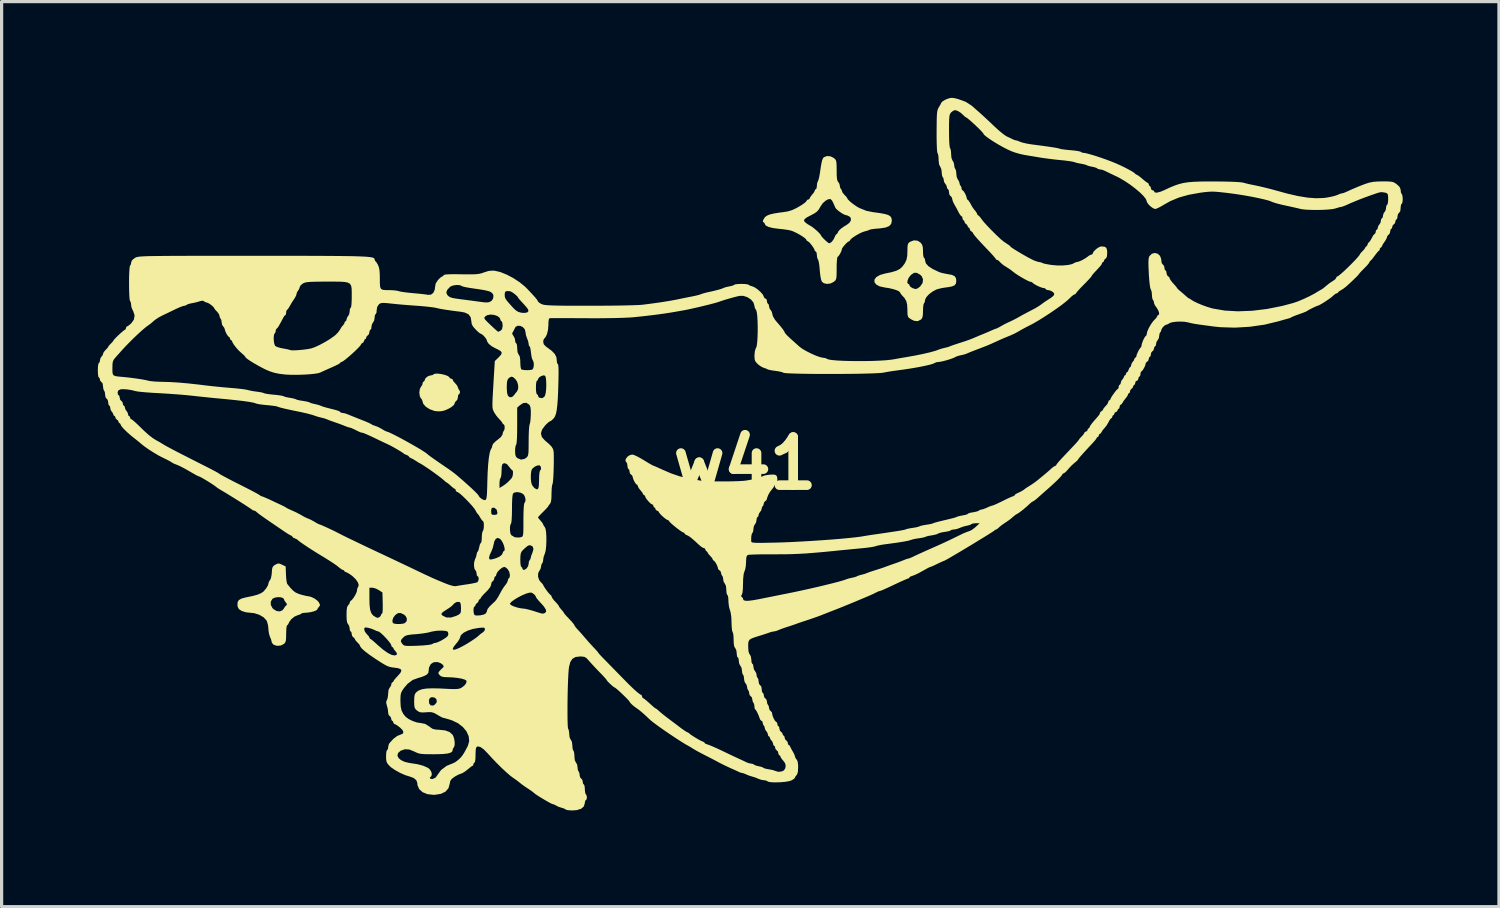
<source format=kicad_pcb>
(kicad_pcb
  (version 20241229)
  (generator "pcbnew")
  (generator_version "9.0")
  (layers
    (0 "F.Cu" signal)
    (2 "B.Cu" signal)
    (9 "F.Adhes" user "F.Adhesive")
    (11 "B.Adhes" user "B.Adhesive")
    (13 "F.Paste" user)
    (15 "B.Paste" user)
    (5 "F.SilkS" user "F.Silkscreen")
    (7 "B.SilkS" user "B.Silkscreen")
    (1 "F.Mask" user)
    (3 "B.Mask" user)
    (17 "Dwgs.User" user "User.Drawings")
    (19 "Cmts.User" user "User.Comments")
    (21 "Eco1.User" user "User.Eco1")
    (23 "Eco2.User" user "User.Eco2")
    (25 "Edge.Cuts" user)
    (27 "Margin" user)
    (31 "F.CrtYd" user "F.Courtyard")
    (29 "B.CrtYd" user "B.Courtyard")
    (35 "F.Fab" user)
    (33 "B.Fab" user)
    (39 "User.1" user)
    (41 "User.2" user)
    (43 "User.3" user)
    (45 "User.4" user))
  (footprint "w41"
    (layer "F.Cu")
    (at 20.177 11.396)
    (property "Reference" "w41" (at 0 0 0) (layer "F.SilkS") (effects (font (size 1.5 1.5) (thickness 0.3))))
    (attr board_only exclude_from_pos_files exclude_from_bom)
    (fp_poly (pts (xy -9.476 -2.786) (xy -9.367 -2.761) (xy -9.276 -2.728) (xy -9.221 -2.691) (xy -9.213 -2.672) (xy -9.186 -2.647) (xy -9.164 -2.644) (xy -9.121 -2.624) (xy -9.115 -2.607) (xy -9.094 -2.562) (xy -9.04 -2.501) (xy -9.034 -2.495) (xy -8.979 -2.43) (xy -8.953 -2.375) (xy -8.953 -2.372) (xy -8.934 -2.316) (xy -8.921 -2.303) (xy -8.894 -2.257) (xy -8.888 -2.22) (xy -8.902 -2.169) (xy -8.921 -2.157) (xy -8.944 -2.129) (xy -8.953 -2.063) (xy -8.969 -1.987) (xy -9.002 -1.951) (xy -9.044 -1.906) (xy -9.051 -1.874) (xy -9.079 -1.82) (xy -9.152 -1.758) (xy -9.254 -1.698) (xy -9.366 -1.651) (xy -9.459 -1.628) (xy -9.571 -1.623) (xy -9.674 -1.633) (xy -9.683 -1.635) (xy -9.831 -1.689) (xy -9.951 -1.765) (xy -10.03 -1.853) (xy -10.055 -1.934) (xy -10.079 -1.999) (xy -10.105 -2.027) (xy -10.139 -2.09) (xy -10.153 -2.194) (xy -10.154 -2.206) (xy -10.141 -2.313) (xy -10.109 -2.38) (xy -10.105 -2.384) (xy -10.063 -2.448) (xy -10.056 -2.486) (xy -10.042 -2.536) (xy -10.024 -2.546) (xy -9.994 -2.572) (xy -9.991 -2.59) (xy -9.964 -2.653) (xy -9.898 -2.71) (xy -9.819 -2.74) (xy -9.804 -2.741) (xy -9.74 -2.755) (xy -9.716 -2.774) (xy -9.669 -2.796) (xy -9.582 -2.799)) (stroke (width 0) (type solid)) (fill yes) (layer "F.SilkS"))
    (fp_poly (pts (xy 5.38 -6.942) (xy 5.474 -6.88) (xy 5.517 -6.821) (xy 5.54 -6.746) (xy 5.547 -6.633) (xy 5.547 -6.605) (xy 5.552 -6.5) (xy 5.565 -6.428) (xy 5.58 -6.407) (xy 5.604 -6.379) (xy 5.612 -6.324) (xy 5.637 -6.235) (xy 5.715 -6.148) (xy 5.849 -6.06) (xy 6.043 -5.968) (xy 6.066 -5.958) (xy 6.148 -5.934) (xy 6.259 -5.911) (xy 6.306 -5.903) (xy 6.446 -5.877) (xy 6.531 -5.837) (xy 6.574 -5.775) (xy 6.585 -5.691) (xy 6.574 -5.609) (xy 6.533 -5.553) (xy 6.452 -5.517) (xy 6.32 -5.492) (xy 6.257 -5.485) (xy 6.13 -5.465) (xy 6.009 -5.435) (xy 5.958 -5.418) (xy 5.838 -5.353) (xy 5.731 -5.27) (xy 5.651 -5.183) (xy 5.613 -5.105) (xy 5.612 -5.092) (xy 5.6 -5.024) (xy 5.58 -4.996) (xy 5.563 -4.955) (xy 5.551 -4.869) (xy 5.547 -4.758) (xy 5.543 -4.632) (xy 5.529 -4.553) (xy 5.501 -4.502) (xy 5.482 -4.484) (xy 5.382 -4.434) (xy 5.268 -4.446) (xy 5.166 -4.497) (xy 5.11 -4.536) (xy 5.079 -4.576) (xy 5.065 -4.636) (xy 5.061 -4.735) (xy 5.061 -4.788) (xy 5.053 -4.946) (xy 5.025 -5.061) (xy 4.97 -5.156) (xy 4.906 -5.224) (xy 4.855 -5.284) (xy 4.833 -5.327) (xy 4.833 -5.327) (xy 4.804 -5.361) (xy 4.725 -5.399) (xy 4.611 -5.435) (xy 4.478 -5.465) (xy 4.363 -5.482) (xy 4.197 -5.518) (xy 4.087 -5.577) (xy 4.043 -5.637) (xy 5.058 -5.637) (xy 5.079 -5.599) (xy 5.093 -5.596) (xy 5.123 -5.57) (xy 5.125 -5.552) (xy 5.153 -5.506) (xy 5.221 -5.463) (xy 5.304 -5.438) (xy 5.324 -5.436) (xy 5.38 -5.456) (xy 5.45 -5.508) (xy 5.462 -5.519) (xy 5.534 -5.626) (xy 5.548 -5.737) (xy 5.505 -5.837) (xy 5.453 -5.886) (xy 5.354 -5.941) (xy 5.272 -5.942) (xy 5.187 -5.888) (xy 5.155 -5.858) (xy 5.101 -5.785) (xy 5.067 -5.705) (xy 5.058 -5.637) (xy 4.043 -5.637) (xy 4.033 -5.652) (xy 4.035 -5.732) (xy 4.094 -5.809) (xy 4.208 -5.875) (xy 4.364 -5.919) (xy 4.564 -5.96) (xy 4.711 -6.004) (xy 4.816 -6.056) (xy 4.89 -6.119) (xy 4.897 -6.126) (xy 4.981 -6.239) (xy 5.031 -6.345) (xy 5.055 -6.47) (xy 5.061 -6.618) (xy 5.063 -6.742) (xy 5.072 -6.819) (xy 5.093 -6.866) (xy 5.131 -6.9) (xy 5.14 -6.906) (xy 5.261 -6.953)) (stroke (width 0) (type solid)) (fill yes) (layer "F.SilkS"))
    (fp_poly (pts (xy -14.449 3.151) (xy -14.436 3.158) (xy -14.322 3.212) (xy -14.312 3.466) (xy -14.304 3.591) (xy -14.291 3.693) (xy -14.276 3.753) (xy -14.273 3.758) (xy -14.17 3.883) (xy -14.089 3.967) (xy -14.015 4.023) (xy -13.932 4.061) (xy -13.876 4.081) (xy -13.769 4.111) (xy -13.682 4.131) (xy -13.647 4.136) (xy -13.539 4.158) (xy -13.422 4.212) (xy -13.326 4.285) (xy -13.29 4.329) (xy -13.255 4.397) (xy -13.257 4.439) (xy -13.284 4.472) (xy -13.323 4.524) (xy -13.333 4.55) (xy -13.362 4.579) (xy -13.436 4.61) (xy -13.536 4.636) (xy -13.643 4.652) (xy -13.699 4.655) (xy -13.781 4.662) (xy -13.83 4.68) (xy -13.833 4.683) (xy -13.875 4.71) (xy -13.94 4.73) (xy -14.048 4.777) (xy -14.148 4.858) (xy -14.215 4.951) (xy -14.222 4.971) (xy -14.251 5.028) (xy -14.275 5.044) (xy -14.289 5.074) (xy -14.3 5.154) (xy -14.305 5.267) (xy -14.306 5.307) (xy -14.308 5.441) (xy -14.316 5.527) (xy -14.335 5.581) (xy -14.368 5.621) (xy -14.379 5.63) (xy -14.479 5.679) (xy -14.594 5.687) (xy -14.695 5.654) (xy -14.703 5.648) (xy -14.749 5.592) (xy -14.76 5.555) (xy -14.774 5.493) (xy -14.808 5.413) (xy -14.838 5.324) (xy -14.857 5.207) (xy -14.859 5.158) (xy -14.873 5.039) (xy -14.903 4.93) (xy -14.918 4.898) (xy -15.007 4.8) (xy -15.14 4.721) (xy -15.298 4.67) (xy -15.425 4.656) (xy -15.562 4.641) (xy -15.684 4.603) (xy -15.701 4.595) (xy -15.781 4.54) (xy -15.816 4.472) (xy -15.824 4.42) (xy -15.82 4.327) (xy -15.809 4.308) (xy -14.786 4.308) (xy -14.785 4.411) (xy -14.734 4.511) (xy -14.703 4.543) (xy -14.602 4.603) (xy -14.502 4.614) (xy -14.418 4.576) (xy -14.382 4.529) (xy -14.338 4.46) (xy -14.302 4.426) (xy -14.279 4.396) (xy -14.305 4.35) (xy -14.315 4.338) (xy -14.358 4.279) (xy -14.371 4.242) (xy -14.399 4.2) (xy -14.469 4.175) (xy -14.561 4.169) (xy -14.654 4.183) (xy -14.727 4.217) (xy -14.733 4.222) (xy -14.786 4.308) (xy -15.809 4.308) (xy -15.782 4.262) (xy -15.701 4.215) (xy -15.567 4.178) (xy -15.533 4.172) (xy -15.336 4.13) (xy -15.192 4.09) (xy -15.09 4.047) (xy -15.019 3.999) (xy -15.01 3.991) (xy -14.925 3.891) (xy -14.87 3.792) (xy -14.857 3.733) (xy -14.836 3.673) (xy -14.81 3.64) (xy -14.781 3.579) (xy -14.76 3.475) (xy -14.754 3.404) (xy -14.745 3.294) (xy -14.726 3.228) (xy -14.689 3.186) (xy -14.646 3.159) (xy -14.577 3.125) (xy -14.523 3.122)) (stroke (width 0) (type solid)) (fill yes) (layer "F.SilkS"))
    (fp_poly (pts (xy 2.667 -9.572) (xy 2.769 -9.519) (xy 2.808 -9.484) (xy 2.833 -9.446) (xy 2.847 -9.39) (xy 2.853 -9.3) (xy 2.855 -9.163) (xy 2.855 -9.133) (xy 2.857 -8.974) (xy 2.866 -8.868) (xy 2.883 -8.804) (xy 2.903 -8.775) (xy 2.942 -8.712) (xy 2.952 -8.659) (xy 2.965 -8.592) (xy 2.984 -8.564) (xy 3.014 -8.517) (xy 3.017 -8.496) (xy 3.039 -8.442) (xy 3.093 -8.377) (xy 3.098 -8.372) (xy 3.153 -8.316) (xy 3.179 -8.28) (xy 3.179 -8.278) (xy 3.205 -8.231) (xy 3.272 -8.163) (xy 3.368 -8.086) (xy 3.478 -8.01) (xy 3.557 -7.964) (xy 3.781 -7.874) (xy 3.99 -7.832) (xy 4.199 -7.804) (xy 4.352 -7.776) (xy 4.457 -7.746) (xy 4.523 -7.708) (xy 4.559 -7.66) (xy 4.573 -7.596) (xy 4.574 -7.557) (xy 4.554 -7.464) (xy 4.489 -7.396) (xy 4.374 -7.351) (xy 4.203 -7.326) (xy 4.153 -7.322) (xy 4.031 -7.312) (xy 3.934 -7.298) (xy 3.88 -7.284) (xy 3.877 -7.282) (xy 3.825 -7.259) (xy 3.741 -7.236) (xy 3.731 -7.233) (xy 3.648 -7.205) (xy 3.547 -7.157) (xy 3.443 -7.097) (xy 3.352 -7.036) (xy 3.292 -6.985) (xy 3.276 -6.959) (xy 3.252 -6.927) (xy 3.243 -6.926) (xy 3.201 -6.903) (xy 3.14 -6.846) (xy 3.077 -6.776) (xy 3.031 -6.712) (xy 3.018 -6.679) (xy 3.002 -6.62) (xy 2.967 -6.545) (xy 2.925 -6.477) (xy 2.89 -6.441) (xy 2.885 -6.439) (xy 2.873 -6.409) (xy 2.863 -6.327) (xy 2.856 -6.205) (xy 2.855 -6.085) (xy 2.854 -5.929) (xy 2.85 -5.824) (xy 2.84 -5.757) (xy 2.821 -5.713) (xy 2.791 -5.681) (xy 2.769 -5.663) (xy 2.665 -5.609) (xy 2.552 -5.595) (xy 2.452 -5.618) (xy 2.393 -5.669) (xy 2.367 -5.74) (xy 2.345 -5.859) (xy 2.329 -6.01) (xy 2.328 -6.029) (xy 2.316 -6.162) (xy 2.3 -6.271) (xy 2.281 -6.339) (xy 2.274 -6.351) (xy 2.249 -6.407) (xy 2.238 -6.491) (xy 2.238 -6.494) (xy 2.23 -6.567) (xy 2.209 -6.601) (xy 2.206 -6.601) (xy 2.174 -6.626) (xy 2.173 -6.633) (xy 2.155 -6.685) (xy 2.108 -6.76) (xy 2.049 -6.838) (xy 1.993 -6.9) (xy 1.954 -6.925) (xy 1.916 -6.951) (xy 1.913 -6.966) (xy 1.886 -7.004) (xy 1.815 -7.059) (xy 1.716 -7.122) (xy 1.606 -7.183) (xy 1.499 -7.233) (xy 1.427 -7.259) (xy 1.339 -7.277) (xy 1.212 -7.296) (xy 1.072 -7.311) (xy 1.054 -7.313) (xy 0.867 -7.337) (xy 0.728 -7.373) (xy 0.642 -7.418) (xy 0.616 -7.466) (xy 0.597 -7.506) (xy 0.584 -7.51) (xy 0.554 -7.532) (xy 0.562 -7.574) (xy 1.837 -7.574) (xy 1.859 -7.53) (xy 1.872 -7.517) (xy 1.944 -7.461) (xy 2.027 -7.413) (xy 2.093 -7.372) (xy 2.175 -7.307) (xy 2.259 -7.233) (xy 2.327 -7.164) (xy 2.365 -7.115) (xy 2.368 -7.104) (xy 2.39 -7.069) (xy 2.445 -7.009) (xy 2.513 -6.943) (xy 2.578 -6.888) (xy 2.621 -6.861) (xy 2.624 -6.861) (xy 2.669 -6.882) (xy 2.71 -6.916) (xy 2.762 -6.988) (xy 2.797 -7.062) (xy 2.828 -7.126) (xy 2.858 -7.153) (xy 2.886 -7.178) (xy 2.887 -7.19) (xy 2.914 -7.244) (xy 2.986 -7.315) (xy 3.089 -7.389) (xy 3.158 -7.429) (xy 3.253 -7.499) (xy 3.3 -7.577) (xy 3.295 -7.651) (xy 3.259 -7.693) (xy 3.189 -7.729) (xy 3.149 -7.738) (xy 3.088 -7.758) (xy 3.001 -7.808) (xy 2.913 -7.871) (xy 2.843 -7.933) (xy 2.819 -7.964) (xy 2.79 -8.027) (xy 2.753 -8.113) (xy 2.752 -8.117) (xy 2.711 -8.193) (xy 2.668 -8.238) (xy 2.664 -8.24) (xy 2.594 -8.236) (xy 2.508 -8.188) (xy 2.422 -8.111) (xy 2.355 -8.015) (xy 2.353 -8.011) (xy 2.299 -7.917) (xy 2.241 -7.85) (xy 2.161 -7.793) (xy 2.044 -7.731) (xy 1.922 -7.667) (xy 1.856 -7.617) (xy 1.837 -7.574) (xy 0.562 -7.574) (xy 0.565 -7.589) (xy 0.611 -7.666) (xy 0.667 -7.715) (xy 0.758 -7.756) (xy 0.892 -7.789) (xy 1.078 -7.819) (xy 1.192 -7.833) (xy 1.338 -7.856) (xy 1.464 -7.895) (xy 1.6 -7.959) (xy 1.671 -7.999) (xy 1.781 -8.066) (xy 1.865 -8.127) (xy 1.91 -8.17) (xy 1.914 -8.18) (xy 1.94 -8.218) (xy 1.963 -8.223) (xy 2.006 -8.242) (xy 2.011 -8.257) (xy 2.032 -8.302) (xy 2.082 -8.367) (xy 2.092 -8.379) (xy 2.146 -8.447) (xy 2.173 -8.501) (xy 2.173 -8.507) (xy 2.194 -8.545) (xy 2.206 -8.548) (xy 2.228 -8.576) (xy 2.238 -8.645) (xy 2.238 -8.655) (xy 2.247 -8.738) (xy 2.268 -8.792) (xy 2.269 -8.793) (xy 2.289 -8.839) (xy 2.312 -8.93) (xy 2.332 -9.046) (xy 2.333 -9.051) (xy 2.36 -9.233) (xy 2.382 -9.361) (xy 2.402 -9.447) (xy 2.423 -9.501) (xy 2.447 -9.534) (xy 2.459 -9.545) (xy 2.554 -9.582)) (stroke (width 0) (type solid)) (fill yes) (layer "F.SilkS"))
    (fp_poly (pts (xy 6.512 -11.389) (xy 6.619 -11.364) (xy 6.647 -11.356) (xy 6.882 -11.27) (xy 7.069 -11.148) (xy 7.092 -11.128) (xy 7.134 -11.091) (xy 7.208 -11.025) (xy 7.3 -10.944) (xy 7.303 -10.942) (xy 7.399 -10.856) (xy 7.524 -10.74) (xy 7.66 -10.613) (xy 7.761 -10.516) (xy 7.884 -10.403) (xy 8.003 -10.302) (xy 8.103 -10.226) (xy 8.167 -10.188) (xy 8.259 -10.146) (xy 8.334 -10.109) (xy 8.345 -10.103) (xy 8.409 -10.077) (xy 8.437 -10.072) (xy 8.489 -10.06) (xy 8.568 -10.028) (xy 8.575 -10.025) (xy 8.657 -9.998) (xy 8.779 -9.97) (xy 8.917 -9.947) (xy 8.937 -9.944) (xy 9.241 -9.904) (xy 9.481 -9.871) (xy 9.656 -9.844) (xy 9.767 -9.823) (xy 9.813 -9.808) (xy 9.858 -9.797) (xy 9.951 -9.784) (xy 10.077 -9.77) (xy 10.146 -9.764) (xy 10.279 -9.751) (xy 10.386 -9.735) (xy 10.451 -9.72) (xy 10.464 -9.712) (xy 10.508 -9.687) (xy 10.541 -9.683) (xy 10.616 -9.672) (xy 10.738 -9.641) (xy 10.894 -9.595) (xy 11.071 -9.537) (xy 11.254 -9.473) (xy 11.431 -9.406) (xy 11.532 -9.366) (xy 11.68 -9.3) (xy 11.828 -9.23) (xy 11.961 -9.16) (xy 12.07 -9.099) (xy 12.14 -9.052) (xy 12.159 -9.031) (xy 12.196 -9.002) (xy 12.203 -9.002) (xy 12.243 -8.982) (xy 12.314 -8.93) (xy 12.383 -8.872) (xy 12.466 -8.803) (xy 12.53 -8.756) (xy 12.559 -8.742) (xy 12.583 -8.716) (xy 12.586 -8.694) (xy 12.604 -8.651) (xy 12.619 -8.645) (xy 12.645 -8.618) (xy 12.651 -8.58) (xy 12.672 -8.527) (xy 12.7 -8.515) (xy 12.743 -8.5) (xy 12.749 -8.486) (xy 12.774 -8.445) (xy 12.847 -8.441) (xy 12.962 -8.473) (xy 13.07 -8.519) (xy 13.239 -8.598) (xy 13.388 -8.66) (xy 13.526 -8.707) (xy 13.665 -8.742) (xy 13.818 -8.765) (xy 13.994 -8.779) (xy 14.206 -8.787) (xy 14.465 -8.79) (xy 14.634 -8.789) (xy 14.889 -8.787) (xy 15.113 -8.782) (xy 15.299 -8.775) (xy 15.437 -8.765) (xy 15.52 -8.754) (xy 15.526 -8.752) (xy 15.63 -8.725) (xy 15.762 -8.695) (xy 15.847 -8.678) (xy 16.066 -8.631) (xy 16.288 -8.578) (xy 16.483 -8.527) (xy 16.512 -8.518) (xy 16.899 -8.412) (xy 17.237 -8.334) (xy 17.532 -8.286) (xy 17.792 -8.266) (xy 18.022 -8.273) (xy 18.119 -8.284) (xy 18.255 -8.309) (xy 18.377 -8.338) (xy 18.462 -8.367) (xy 18.469 -8.37) (xy 18.548 -8.404) (xy 18.605 -8.418) (xy 18.606 -8.418) (xy 18.663 -8.431) (xy 18.739 -8.463) (xy 18.891 -8.532) (xy 19.092 -8.618) (xy 19.155 -8.644) (xy 19.325 -8.71) (xy 19.459 -8.753) (xy 19.583 -8.777) (xy 19.72 -8.788) (xy 19.872 -8.791) (xy 20.023 -8.79) (xy 20.126 -8.784) (xy 20.197 -8.771) (xy 20.253 -8.746) (xy 20.31 -8.706) (xy 20.318 -8.7) (xy 20.4 -8.623) (xy 20.434 -8.548) (xy 20.437 -8.516) (xy 20.447 -8.441) (xy 20.469 -8.402) (xy 20.489 -8.36) (xy 20.5 -8.278) (xy 20.502 -8.238) (xy 20.495 -8.151) (xy 20.479 -8.1) (xy 20.469 -8.094) (xy 20.449 -8.065) (xy 20.438 -7.993) (xy 20.437 -7.963) (xy 20.424 -7.859) (xy 20.388 -7.813) (xy 20.352 -7.769) (xy 20.339 -7.701) (xy 20.33 -7.634) (xy 20.307 -7.607) (xy 20.281 -7.58) (xy 20.275 -7.541) (xy 20.253 -7.479) (xy 20.226 -7.457) (xy 20.185 -7.412) (xy 20.177 -7.376) (xy 20.163 -7.326) (xy 20.145 -7.315) (xy 20.121 -7.287) (xy 20.112 -7.233) (xy 20.095 -7.164) (xy 20.064 -7.132) (xy 20.021 -7.088) (xy 20.015 -7.063) (xy 19.996 -7.007) (xy 19.95 -6.929) (xy 19.934 -6.907) (xy 19.883 -6.832) (xy 19.855 -6.776) (xy 19.853 -6.766) (xy 19.829 -6.733) (xy 19.82 -6.731) (xy 19.792 -6.705) (xy 19.788 -6.683) (xy 19.775 -6.639) (xy 19.764 -6.633) (xy 19.734 -6.608) (xy 19.68 -6.544) (xy 19.626 -6.472) (xy 19.562 -6.387) (xy 19.511 -6.328) (xy 19.488 -6.31) (xy 19.465 -6.284) (xy 19.464 -6.273) (xy 19.442 -6.234) (xy 19.384 -6.165) (xy 19.304 -6.082) (xy 19.301 -6.079) (xy 19.221 -5.999) (xy 19.163 -5.937) (xy 19.139 -5.905) (xy 19.139 -5.905) (xy 19.117 -5.876) (xy 19.058 -5.814) (xy 18.974 -5.732) (xy 18.877 -5.64) (xy 18.778 -5.549) (xy 18.725 -5.503) (xy 18.643 -5.44) (xy 18.566 -5.393) (xy 18.563 -5.392) (xy 18.508 -5.357) (xy 18.49 -5.331) (xy 18.464 -5.306) (xy 18.447 -5.304) (xy 18.397 -5.282) (xy 18.334 -5.229) (xy 18.329 -5.224) (xy 18.274 -5.176) (xy 18.187 -5.113) (xy 18.085 -5.044) (xy 17.984 -4.981) (xy 17.901 -4.934) (xy 17.853 -4.915) (xy 17.851 -4.915) (xy 17.811 -4.901) (xy 17.736 -4.867) (xy 17.648 -4.824) (xy 17.569 -4.782) (xy 17.522 -4.753) (xy 17.517 -4.749) (xy 17.481 -4.73) (xy 17.399 -4.697) (xy 17.289 -4.657) (xy 17.274 -4.652) (xy 17.162 -4.612) (xy 17.076 -4.577) (xy 17.032 -4.556) (xy 17.031 -4.554) (xy 16.99 -4.533) (xy 16.933 -4.516) (xy 16.862 -4.497) (xy 16.752 -4.466) (xy 16.627 -4.43) (xy 16.625 -4.429) (xy 16.193 -4.325) (xy 15.733 -4.259) (xy 15.267 -4.232) (xy 14.816 -4.246) (xy 14.614 -4.267) (xy 14.452 -4.289) (xy 14.273 -4.313) (xy 14.16 -4.328) (xy 14.022 -4.349) (xy 13.89 -4.375) (xy 13.803 -4.397) (xy 13.702 -4.415) (xy 13.576 -4.421) (xy 13.444 -4.417) (xy 13.328 -4.402) (xy 13.246 -4.38) (xy 13.226 -4.367) (xy 13.168 -4.334) (xy 13.148 -4.331) (xy 13.089 -4.306) (xy 13.025 -4.248) (xy 12.982 -4.182) (xy 12.976 -4.154) (xy 12.956 -4.099) (xy 12.943 -4.087) (xy 12.92 -4.043) (xy 12.911 -3.976) (xy 12.895 -3.894) (xy 12.862 -3.844) (xy 12.823 -3.781) (xy 12.814 -3.727) (xy 12.802 -3.668) (xy 12.781 -3.649) (xy 12.755 -3.622) (xy 12.749 -3.584) (xy 12.728 -3.521) (xy 12.7 -3.499) (xy 12.662 -3.456) (xy 12.651 -3.403) (xy 12.64 -3.343) (xy 12.619 -3.325) (xy 12.593 -3.298) (xy 12.586 -3.259) (xy 12.565 -3.197) (xy 12.538 -3.175) (xy 12.495 -3.137) (xy 12.489 -3.116) (xy 12.475 -3.055) (xy 12.44 -2.979) (xy 12.399 -2.91) (xy 12.363 -2.872) (xy 12.357 -2.871) (xy 12.334 -2.843) (xy 12.327 -2.79) (xy 12.316 -2.729) (xy 12.295 -2.709) (xy 12.268 -2.682) (xy 12.262 -2.644) (xy 12.242 -2.591) (xy 12.213 -2.579) (xy 12.174 -2.552) (xy 12.165 -2.514) (xy 12.151 -2.461) (xy 12.132 -2.449) (xy 12.104 -2.423) (xy 12.1 -2.399) (xy 12.074 -2.345) (xy 12.051 -2.331) (xy 12.01 -2.287) (xy 12.003 -2.251) (xy 11.988 -2.2) (xy 11.97 -2.19) (xy 11.94 -2.164) (xy 11.938 -2.149) (xy 11.917 -2.099) (xy 11.867 -2.032) (xy 11.863 -2.027) (xy 11.804 -1.954) (xy 11.767 -1.89) (xy 11.767 -1.89) (xy 11.733 -1.842) (xy 11.712 -1.833) (xy 11.684 -1.806) (xy 11.678 -1.768) (xy 11.665 -1.715) (xy 11.646 -1.703) (xy 11.617 -1.677) (xy 11.613 -1.654) (xy 11.587 -1.611) (xy 11.565 -1.606) (xy 11.522 -1.58) (xy 11.516 -1.557) (xy 11.498 -1.514) (xy 11.484 -1.508) (xy 11.455 -1.482) (xy 11.451 -1.46) (xy 11.434 -1.417) (xy 11.42 -1.411) (xy 11.388 -1.384) (xy 11.346 -1.318) (xy 11.332 -1.289) (xy 11.277 -1.193) (xy 11.216 -1.113) (xy 11.206 -1.103) (xy 11.148 -1.035) (xy 11.117 -0.981) (xy 11.084 -0.933) (xy 11.063 -0.925) (xy 11.033 -0.898) (xy 11.029 -0.876) (xy 11.012 -0.833) (xy 10.997 -0.827) (xy 10.965 -0.805) (xy 10.964 -0.798) (xy 10.944 -0.761) (xy 10.89 -0.694) (xy 10.827 -0.624) (xy 10.66 -0.446) (xy 10.53 -0.303) (xy 10.438 -0.199) (xy 10.388 -0.136) (xy 10.38 -0.119) (xy 10.355 -0.088) (xy 10.296 -0.036) (xy 10.274 -0.02) (xy 10.187 0.057) (xy 10.097 0.152) (xy 10.072 0.182) (xy 10.007 0.255) (xy 9.953 0.3) (xy 9.935 0.307) (xy 9.897 0.327) (xy 9.894 0.337) (xy 9.87 0.377) (xy 9.804 0.452) (xy 9.701 0.555) (xy 9.569 0.678) (xy 9.42 0.811) (xy 9.309 0.908) (xy 9.2 1.005) (xy 9.118 1.078) (xy 9.045 1.139) (xy 8.991 1.177) (xy 8.976 1.183) (xy 8.939 1.204) (xy 8.877 1.256) (xy 8.859 1.273) (xy 8.771 1.353) (xy 8.673 1.437) (xy 8.58 1.509) (xy 8.51 1.558) (xy 8.488 1.57) (xy 8.434 1.601) (xy 8.353 1.665) (xy 8.303 1.71) (xy 8.239 1.761) (xy 8.147 1.824) (xy 8.103 1.853) (xy 8.01 1.917) (xy 7.934 1.978) (xy 7.911 2) (xy 7.858 2.046) (xy 7.825 2.06) (xy 7.783 2.081) (xy 7.78 2.086) (xy 7.751 2.109) (xy 7.674 2.159) (xy 7.56 2.231) (xy 7.415 2.321) (xy 7.249 2.422) (xy 7.072 2.531) (xy 6.89 2.64) (xy 6.714 2.746) (xy 6.551 2.842) (xy 6.411 2.924) (xy 6.302 2.987) (xy 6.233 3.024) (xy 6.213 3.033) (xy 6.176 3.047) (xy 6.097 3.082) (xy 5.996 3.13) (xy 5.893 3.18) (xy 5.814 3.215) (xy 5.774 3.228) (xy 5.736 3.243) (xy 5.658 3.284) (xy 5.554 3.342) (xy 5.529 3.356) (xy 5.411 3.421) (xy 5.302 3.473) (xy 5.224 3.503) (xy 5.218 3.505) (xy 5.152 3.528) (xy 5.125 3.555) (xy 5.101 3.584) (xy 5.092 3.585) (xy 5.052 3.598) (xy 4.966 3.635) (xy 4.844 3.689) (xy 4.699 3.757) (xy 4.652 3.779) (xy 4.502 3.85) (xy 4.372 3.909) (xy 4.274 3.952) (xy 4.218 3.973) (xy 4.212 3.974) (xy 4.161 3.988) (xy 4.092 4.021) (xy 4.001 4.066) (xy 3.898 4.113) (xy 3.893 4.115) (xy 3.816 4.148) (xy 3.698 4.198) (xy 3.555 4.258) (xy 3.439 4.307) (xy 3.264 4.379) (xy 3.076 4.456) (xy 2.902 4.526) (xy 2.822 4.557) (xy 2.675 4.614) (xy 2.528 4.672) (xy 2.408 4.719) (xy 2.384 4.729) (xy 2.275 4.77) (xy 2.131 4.821) (xy 1.98 4.873) (xy 1.946 4.884) (xy 1.812 4.928) (xy 1.692 4.968) (xy 1.607 4.998) (xy 1.59 5.005) (xy 1.513 5.032) (xy 1.404 5.069) (xy 1.33 5.092) (xy 1.21 5.132) (xy 1.098 5.173) (xy 1.049 5.194) (xy 0.965 5.225) (xy 0.899 5.239) (xy 0.897 5.239) (xy 0.828 5.251) (xy 0.772 5.268) (xy 0.704 5.293) (xy 0.597 5.328) (xy 0.473 5.367) (xy 0.47 5.368) (xy 0.313 5.417) (xy 0.208 5.456) (xy 0.144 5.494) (xy 0.111 5.542) (xy 0.099 5.607) (xy 0.097 5.701) (xy 0.097 5.711) (xy 0.105 5.849) (xy 0.128 5.931) (xy 0.146 5.953) (xy 0.179 6.013) (xy 0.194 6.108) (xy 0.195 6.119) (xy 0.202 6.199) (xy 0.22 6.242) (xy 0.227 6.245) (xy 0.25 6.273) (xy 0.26 6.338) (xy 0.276 6.42) (xy 0.308 6.472) (xy 0.347 6.535) (xy 0.357 6.587) (xy 0.369 6.654) (xy 0.389 6.683) (xy 0.413 6.726) (xy 0.422 6.799) (xy 0.437 6.877) (xy 0.47 6.914) (xy 0.507 6.96) (xy 0.519 7.043) (xy 0.527 7.116) (xy 0.548 7.152) (xy 0.551 7.153) (xy 0.576 7.181) (xy 0.584 7.231) (xy 0.602 7.298) (xy 0.633 7.327) (xy 0.67 7.37) (xy 0.681 7.426) (xy 0.693 7.495) (xy 0.714 7.526) (xy 0.739 7.571) (xy 0.746 7.622) (xy 0.765 7.688) (xy 0.795 7.716) (xy 0.836 7.76) (xy 0.843 7.796) (xy 0.857 7.865) (xy 0.89 7.948) (xy 0.931 8.021) (xy 0.968 8.059) (xy 0.976 8.061) (xy 1 8.088) (xy 1.006 8.126) (xy 1.019 8.179) (xy 1.038 8.191) (xy 1.063 8.219) (xy 1.07 8.269) (xy 1.089 8.336) (xy 1.119 8.365) (xy 1.162 8.408) (xy 1.168 8.433) (xy 1.185 8.477) (xy 1.2 8.483) (xy 1.226 8.51) (xy 1.233 8.549) (xy 1.254 8.611) (xy 1.281 8.633) (xy 1.322 8.678) (xy 1.33 8.713) (xy 1.343 8.764) (xy 1.359 8.775) (xy 1.392 8.801) (xy 1.407 8.832) (xy 1.438 8.897) (xy 1.486 8.98) (xy 1.489 8.986) (xy 1.533 9.066) (xy 1.554 9.131) (xy 1.555 9.136) (xy 1.58 9.2) (xy 1.606 9.229) (xy 1.637 9.286) (xy 1.653 9.395) (xy 1.654 9.472) (xy 1.647 9.61) (xy 1.624 9.693) (xy 1.606 9.716) (xy 1.565 9.768) (xy 1.557 9.794) (xy 1.53 9.83) (xy 1.462 9.874) (xy 1.433 9.888) (xy 1.35 9.911) (xy 1.232 9.929) (xy 1.096 9.94) (xy 0.958 9.944) (xy 0.835 9.941) (xy 0.742 9.93) (xy 0.698 9.91) (xy 0.697 9.91) (xy 0.653 9.886) (xy 0.59 9.878) (xy 0.495 9.862) (xy 0.416 9.832) (xy 0.317 9.791) (xy 0.227 9.764) (xy 0.122 9.732) (xy 0.038 9.697) (xy -0.037 9.664) (xy -0.09 9.651) (xy -0.152 9.637) (xy -0.187 9.621) (xy -0.244 9.594) (xy -0.34 9.55) (xy -0.453 9.5) (xy -0.591 9.436) (xy -0.733 9.366) (xy -0.826 9.318) (xy -0.934 9.26) (xy -1.074 9.187) (xy -1.219 9.113) (xy -1.249 9.098) (xy -1.379 9.03) (xy -1.499 8.966) (xy -1.587 8.915) (xy -1.606 8.904) (xy -1.692 8.85) (xy -1.766 8.807) (xy -1.768 8.806) (xy -1.876 8.745) (xy -2.018 8.656) (xy -2.182 8.55) (xy -2.357 8.433) (xy -2.531 8.314) (xy -2.691 8.201) (xy -2.826 8.102) (xy -2.924 8.025) (xy -2.958 7.996) (xy -3.115 7.849) (xy -3.238 7.74) (xy -3.334 7.664) (xy -3.384 7.629) (xy -3.467 7.569) (xy -3.541 7.504) (xy -3.59 7.449) (xy -3.601 7.427) (xy -3.623 7.397) (xy -3.68 7.335) (xy -3.761 7.255) (xy -3.851 7.168) (xy -3.938 7.087) (xy -4.01 7.025) (xy -4.052 6.993) (xy -4.058 6.991) (xy -4.094 6.97) (xy -4.156 6.92) (xy -4.225 6.856) (xy -4.284 6.796) (xy -4.314 6.757) (xy -4.314 6.753) (xy -4.336 6.723) (xy -4.393 6.659) (xy -4.476 6.57) (xy -4.533 6.512) (xy -4.645 6.396) (xy -4.754 6.279) (xy -4.842 6.182) (xy -4.866 6.155) (xy -4.938 6.075) (xy -4.999 6.035) (xy -5.076 6.021) (xy -5.144 6.019) (xy -5.282 6.035) (xy -5.381 6.09) (xy -5.448 6.191) (xy -5.488 6.345) (xy -5.498 6.428) (xy -5.508 6.56) (xy -5.517 6.73) (xy -5.524 6.926) (xy -5.53 7.139) (xy -5.534 7.359) (xy -5.536 7.576) (xy -5.536 7.78) (xy -5.535 7.961) (xy -5.531 8.108) (xy -5.526 8.213) (xy -5.518 8.265) (xy -5.516 8.268) (xy -5.495 8.319) (xy -5.483 8.407) (xy -5.482 8.437) (xy -5.47 8.541) (xy -5.438 8.609) (xy -5.434 8.613) (xy -5.399 8.676) (xy -5.385 8.781) (xy -5.385 8.793) (xy -5.378 8.884) (xy -5.361 8.944) (xy -5.352 8.953) (xy -5.333 8.995) (xy -5.322 9.078) (xy -5.32 9.13) (xy -5.309 9.251) (xy -5.276 9.322) (xy -5.271 9.326) (xy -5.237 9.385) (xy -5.223 9.471) (xy -5.223 9.474) (xy -5.214 9.554) (xy -5.192 9.601) (xy -5.19 9.602) (xy -5.167 9.646) (xy -5.158 9.714) (xy -5.142 9.789) (xy -5.109 9.825) (xy -5.072 9.868) (xy -5.061 9.925) (xy -5.05 9.987) (xy -5.028 10.008) (xy -5.009 10.037) (xy -4.997 10.11) (xy -4.996 10.152) (xy -4.989 10.243) (xy -4.972 10.305) (xy -4.963 10.316) (xy -4.938 10.36) (xy -4.931 10.415) (xy -4.942 10.475) (xy -4.963 10.494) (xy -4.986 10.522) (xy -4.996 10.589) (xy -5.025 10.692) (xy -5.109 10.766) (xy -5.244 10.808) (xy -5.38 10.819) (xy -5.487 10.814) (xy -5.565 10.802) (xy -5.594 10.789) (xy -5.636 10.762) (xy -5.713 10.737) (xy -5.718 10.736) (xy -5.813 10.706) (xy -5.887 10.668) (xy -5.954 10.633) (xy -5.993 10.624) (xy -6.035 10.608) (xy -6.117 10.565) (xy -6.222 10.505) (xy -6.336 10.437) (xy -6.444 10.37) (xy -6.531 10.313) (xy -6.58 10.275) (xy -6.585 10.269) (xy -6.619 10.24) (xy -6.692 10.189) (xy -6.78 10.13) (xy -6.884 10.06) (xy -6.975 9.994) (xy -7.023 9.955) (xy -7.089 9.902) (xy -7.182 9.835) (xy -7.234 9.8) (xy -7.324 9.732) (xy -7.445 9.627) (xy -7.587 9.495) (xy -7.737 9.346) (xy -7.884 9.193) (xy -8.018 9.047) (xy -8.02 9.044) (xy -8.149 8.912) (xy -8.256 8.838) (xy -8.337 8.823) (xy -8.349 8.826) (xy -8.377 8.85) (xy -8.394 8.904) (xy -8.401 9) (xy -8.402 9.086) (xy -8.406 9.208) (xy -8.417 9.292) (xy -8.433 9.326) (xy -8.434 9.326) (xy -8.463 9.353) (xy -8.467 9.375) (xy -8.48 9.418) (xy -8.491 9.424) (xy -8.527 9.444) (xy -8.593 9.495) (xy -8.645 9.539) (xy -8.735 9.609) (xy -8.82 9.659) (xy -8.856 9.672) (xy -8.932 9.7) (xy -9.028 9.752) (xy -9.067 9.776) (xy -9.151 9.842) (xy -9.192 9.907) (xy -9.207 9.988) (xy -9.247 10.128) (xy -9.341 10.234) (xy -9.483 10.302) (xy -9.671 10.331) (xy -9.714 10.332) (xy -9.903 10.311) (xy -10.053 10.25) (xy -10.159 10.154) (xy -10.213 10.027) (xy -10.218 9.962) (xy -10.249 9.876) (xy -10.333 9.806) (xy -10.448 9.764) (xy -10.591 9.719) (xy -10.751 9.649) (xy -10.905 9.564) (xy -11.032 9.478) (xy -11.081 9.434) (xy -11.145 9.362) (xy -11.178 9.297) (xy -11.19 9.212) (xy -11.192 9.129) (xy -11.19 9.106) (xy -10.838 9.106) (xy -10.805 9.182) (xy -10.725 9.251) (xy -10.605 9.307) (xy -10.448 9.342) (xy -10.423 9.345) (xy -10.212 9.378) (xy -10.032 9.426) (xy -9.896 9.486) (xy -9.839 9.527) (xy -9.786 9.602) (xy -9.765 9.684) (xy -9.78 9.749) (xy -9.797 9.764) (xy -9.83 9.803) (xy -9.808 9.833) (xy -9.742 9.84) (xy -9.741 9.839) (xy -9.651 9.798) (xy -9.603 9.733) (xy -9.479 9.561) (xy -9.305 9.43) (xy -9.097 9.345) (xy -9.033 9.312) (xy -8.951 9.251) (xy -8.917 9.221) (xy -8.857 9.162) (xy -8.807 9.099) (xy -8.755 9.017) (xy -8.692 8.902) (xy -8.64 8.802) (xy -8.6 8.657) (xy -8.616 8.505) (xy -8.684 8.355) (xy -8.798 8.217) (xy -8.951 8.099) (xy -9.138 8.01) (xy -9.173 7.998) (xy -9.283 7.965) (xy -9.369 7.941) (xy -9.412 7.931) (xy -9.412 7.931) (xy -9.453 7.916) (xy -9.528 7.875) (xy -9.593 7.836) (xy -9.69 7.782) (xy -9.77 7.757) (xy -9.865 7.753) (xy -9.943 7.759) (xy -10.06 7.765) (xy -10.137 7.756) (xy -10.198 7.726) (xy -10.227 7.705) (xy -10.275 7.661) (xy -10.301 7.612) (xy -10.313 7.538) (xy -10.316 7.42) (xy -10.316 7.416) (xy -10.315 7.395) (xy -9.856 7.395) (xy -9.846 7.488) (xy -9.799 7.544) (xy -9.728 7.55) (xy -9.685 7.53) (xy -9.629 7.471) (xy -9.609 7.422) (xy -9.625 7.346) (xy -9.687 7.297) (xy -9.771 7.288) (xy -9.83 7.316) (xy -9.855 7.388) (xy -9.856 7.395) (xy -10.315 7.395) (xy -10.312 7.291) (xy -10.299 7.211) (xy -10.27 7.157) (xy -10.243 7.128) (xy -10.169 7.076) (xy -10.069 7.041) (xy -9.935 7.019) (xy -9.757 7.012) (xy -9.528 7.016) (xy -9.407 7.022) (xy -9.217 7.032) (xy -9.08 7.036) (xy -8.984 7.033) (xy -8.917 7.024) (xy -8.868 7.007) (xy -8.843 6.995) (xy -8.752 6.927) (xy -8.695 6.853) (xy -8.682 6.787) (xy -8.689 6.772) (xy -8.739 6.74) (xy -8.838 6.71) (xy -8.972 6.687) (xy -9.126 6.671) (xy -9.261 6.666) (xy -9.384 6.661) (xy -9.462 6.644) (xy -9.514 6.609) (xy -9.521 6.601) (xy -9.559 6.552) (xy -9.556 6.513) (xy -9.518 6.464) (xy -9.458 6.401) (xy -9.413 6.363) (xy -9.394 6.324) (xy -9.424 6.275) (xy -9.49 6.228) (xy -9.579 6.195) (xy -9.592 6.193) (xy -9.709 6.199) (xy -9.799 6.258) (xy -9.852 6.36) (xy -9.862 6.437) (xy -9.872 6.524) (xy -9.914 6.578) (xy -9.967 6.61) (xy -10.075 6.656) (xy -10.185 6.688) (xy -10.362 6.751) (xy -10.519 6.869) (xy -10.627 6.995) (xy -10.688 7.082) (xy -10.723 7.152) (xy -10.739 7.229) (xy -10.744 7.337) (xy -10.744 7.406) (xy -10.736 7.576) (xy -10.709 7.703) (xy -10.657 7.807) (xy -10.583 7.898) (xy -10.492 7.967) (xy -10.363 8.031) (xy -10.226 8.077) (xy -10.111 8.094) (xy -9.971 8.122) (xy -9.833 8.209) (xy -9.805 8.233) (xy -9.735 8.277) (xy -9.634 8.299) (xy -9.542 8.304) (xy -9.35 8.324) (xy -9.211 8.375) (xy -9.12 8.458) (xy -9.1 8.492) (xy -9.069 8.583) (xy -9.053 8.688) (xy -9.054 8.783) (xy -9.073 8.846) (xy -9.083 8.856) (xy -9.111 8.902) (xy -9.115 8.934) (xy -9.131 8.983) (xy -9.184 9.02) (xy -9.278 9.045) (xy -9.422 9.06) (xy -9.622 9.066) (xy -9.715 9.067) (xy -9.895 9.066) (xy -10.024 9.062) (xy -10.117 9.053) (xy -10.188 9.037) (xy -10.252 9.011) (xy -10.303 8.986) (xy -10.464 8.92) (xy -10.604 8.911) (xy -10.733 8.956) (xy -10.741 8.96) (xy -10.818 9.03) (xy -10.838 9.106) (xy -11.19 9.106) (xy -11.187 9.026) (xy -11.174 8.957) (xy -11.159 8.937) (xy -11.135 8.909) (xy -11.127 8.855) (xy -11.111 8.77) (xy -11.086 8.721) (xy -10.964 8.588) (xy -10.846 8.498) (xy -10.767 8.466) (xy -10.677 8.431) (xy -10.649 8.378) (xy -10.683 8.307) (xy -10.756 8.235) (xy -10.837 8.173) (xy -10.902 8.134) (xy -10.924 8.127) (xy -10.96 8.1) (xy -10.964 8.077) (xy -10.982 8.034) (xy -10.997 8.029) (xy -11.023 8.002) (xy -11.029 7.963) (xy -11.051 7.9) (xy -11.078 7.878) (xy -11.115 7.833) (xy -11.127 7.76) (xy -11.138 7.657) (xy -11.166 7.551) (xy -11.189 7.462) (xy -11.177 7.398) (xy -11.166 7.379) (xy -11.141 7.308) (xy -11.128 7.206) (xy -11.127 7.174) (xy -11.115 7.063) (xy -11.082 6.995) (xy -11.078 6.991) (xy -11.036 6.927) (xy -11.029 6.889) (xy -11.015 6.839) (xy -10.997 6.828) (xy -10.965 6.804) (xy -10.964 6.796) (xy -10.943 6.757) (xy -10.888 6.69) (xy -10.833 6.632) (xy -10.745 6.532) (xy -10.713 6.46) (xy -10.74 6.412) (xy -10.825 6.382) (xy -10.9 6.372) (xy -10.996 6.36) (xy -11.073 6.345) (xy -11.146 6.32) (xy -11.229 6.278) (xy -11.335 6.215) (xy -11.477 6.123) (xy -11.516 6.098) (xy -11.705 5.969) (xy -11.851 5.858) (xy -11.95 5.769) (xy -11.999 5.704) (xy -12.003 5.687) (xy -12.024 5.647) (xy -12.077 5.588) (xy -12.084 5.582) (xy -12.139 5.522) (xy -12.165 5.477) (xy -12.165 5.474) (xy -12.191 5.434) (xy -12.213 5.422) (xy -12.25 5.379) (xy -12.262 5.321) (xy -12.273 5.26) (xy -12.295 5.239) (xy -12.318 5.211) (xy -12.323 5.175) (xy -11.873 5.175) (xy -11.85 5.247) (xy -11.794 5.32) (xy -11.792 5.323) (xy -11.736 5.383) (xy -11.711 5.429) (xy -11.711 5.432) (xy -11.693 5.465) (xy -11.686 5.467) (xy -11.653 5.488) (xy -11.585 5.543) (xy -11.495 5.623) (xy -11.451 5.664) (xy -11.286 5.805) (xy -11.138 5.909) (xy -11.014 5.971) (xy -10.918 5.989) (xy -10.857 5.961) (xy -10.852 5.954) (xy -10.858 5.911) (xy -10.898 5.856) (xy -10.947 5.798) (xy -10.954 5.782) (xy -9.114 5.782) (xy -9.095 5.81) (xy -9.027 5.801) (xy -8.913 5.755) (xy -8.753 5.671) (xy -8.661 5.617) (xy -8.535 5.538) (xy -8.424 5.464) (xy -8.345 5.405) (xy -8.321 5.383) (xy -8.245 5.316) (xy -8.183 5.275) (xy -8.127 5.223) (xy -8.11 5.173) (xy -8.116 5.137) (xy -8.143 5.121) (xy -8.208 5.12) (xy -8.296 5.128) (xy -8.482 5.16) (xy -8.644 5.212) (xy -8.773 5.278) (xy -8.858 5.354) (xy -8.888 5.433) (xy -8.909 5.487) (xy -8.961 5.565) (xy -9.002 5.614) (xy -9.084 5.717) (xy -9.114 5.782) (xy -10.954 5.782) (xy -10.964 5.758) (xy -10.989 5.726) (xy -10.997 5.726) (xy -11.024 5.699) (xy -11.029 5.667) (xy -11.051 5.62) (xy -11.106 5.548) (xy -10.732 5.548) (xy -10.701 5.605) (xy -10.681 5.631) (xy -10.654 5.659) (xy -10.62 5.678) (xy -10.567 5.688) (xy -10.483 5.691) (xy -10.357 5.689) (xy -10.207 5.684) (xy -10.037 5.675) (xy -9.896 5.662) (xy -9.798 5.647) (xy -9.755 5.632) (xy -9.694 5.601) (xy -9.654 5.596) (xy -9.593 5.58) (xy -9.499 5.537) (xy -9.416 5.491) (xy -9.318 5.427) (xy -9.267 5.378) (xy -9.251 5.33) (xy -9.252 5.304) (xy -9.263 5.258) (xy -9.292 5.233) (xy -9.355 5.22) (xy -9.454 5.213) (xy -9.61 5.217) (xy -9.76 5.242) (xy -9.797 5.252) (xy -9.899 5.277) (xy -10.041 5.3) (xy -10.198 5.319) (xy -10.262 5.324) (xy -10.413 5.336) (xy -10.514 5.351) (xy -10.581 5.372) (xy -10.631 5.403) (xy -10.657 5.427) (xy -10.718 5.496) (xy -10.732 5.548) (xy -11.106 5.548) (xy -11.108 5.545) (xy -11.186 5.455) (xy -11.271 5.366) (xy -11.351 5.292) (xy -11.412 5.246) (xy -11.433 5.239) (xy -11.484 5.225) (xy -11.558 5.191) (xy -11.657 5.151) (xy -11.761 5.123) (xy -11.836 5.114) (xy -11.867 5.13) (xy -11.873 5.175) (xy -12.323 5.175) (xy -12.327 5.146) (xy -12.343 5.063) (xy -12.376 5.012) (xy -12.403 4.967) (xy -12.415 4.901) (xy -10.995 4.901) (xy -10.984 4.967) (xy -10.956 4.99) (xy -10.873 5.006) (xy -10.763 5.008) (xy -10.66 4.996) (xy -10.606 4.978) (xy -10.55 4.918) (xy -10.543 4.838) (xy -10.582 4.758) (xy -10.637 4.711) (xy -10.648 4.706) (xy -9.466 4.706) (xy -9.436 4.741) (xy -9.432 4.745) (xy -9.312 4.802) (xy -9.167 4.805) (xy -9.005 4.754) (xy -8.996 4.749) (xy -8.915 4.707) (xy -8.873 4.667) (xy -8.858 4.607) (xy -8.857 4.554) (xy -8.466 4.554) (xy -8.463 4.634) (xy -8.448 4.702) (xy -8.426 4.733) (xy -8.353 4.743) (xy -8.251 4.736) (xy -8.152 4.714) (xy -8.092 4.686) (xy -8.052 4.625) (xy -8.045 4.592) (xy -8.024 4.535) (xy -7.958 4.454) (xy -7.881 4.38) (xy -7.331 4.38) (xy -7.302 4.413) (xy -7.228 4.451) (xy -7.127 4.486) (xy -7.019 4.513) (xy -6.92 4.526) (xy -6.912 4.526) (xy -6.841 4.536) (xy -6.731 4.562) (xy -6.604 4.598) (xy -6.585 4.604) (xy -6.455 4.646) (xy -6.371 4.671) (xy -6.321 4.682) (xy -6.288 4.681) (xy -6.26 4.673) (xy -6.247 4.668) (xy -6.202 4.626) (xy -6.211 4.556) (xy -6.275 4.456) (xy -6.358 4.363) (xy -6.438 4.276) (xy -6.496 4.205) (xy -6.52 4.165) (xy -6.52 4.163) (xy -6.548 4.107) (xy -6.615 4.051) (xy -6.662 4.028) (xy -6.726 4.03) (xy -6.825 4.059) (xy -6.944 4.109) (xy -7.068 4.172) (xy -7.183 4.241) (xy -7.274 4.306) (xy -7.325 4.361) (xy -7.331 4.38) (xy -7.881 4.38) (xy -7.843 4.344) (xy -7.801 4.307) (xy -7.752 4.247) (xy -7.691 4.152) (xy -7.644 4.064) (xy -7.581 3.95) (xy -7.516 3.848) (xy -7.474 3.795) (xy -7.421 3.72) (xy -7.396 3.652) (xy -7.396 3.648) (xy -7.382 3.596) (xy -7.364 3.585) (xy -7.342 3.556) (xy -7.331 3.487) (xy -7.331 3.477) (xy -7.352 3.379) (xy -7.404 3.292) (xy -7.472 3.237) (xy -7.511 3.228) (xy -7.574 3.252) (xy -7.649 3.31) (xy -7.715 3.381) (xy -7.751 3.447) (xy -7.753 3.46) (xy -7.768 3.51) (xy -7.785 3.52) (xy -7.812 3.547) (xy -7.818 3.586) (xy -7.839 3.648) (xy -7.867 3.67) (xy -7.904 3.713) (xy -7.915 3.771) (xy -7.94 3.848) (xy -8.016 3.947) (xy -8.077 4.009) (xy -8.159 4.092) (xy -8.217 4.16) (xy -8.24 4.199) (xy -8.24 4.199) (xy -8.263 4.232) (xy -8.272 4.233) (xy -8.301 4.26) (xy -8.304 4.283) (xy -8.331 4.337) (xy -8.353 4.351) (xy -8.396 4.392) (xy -8.402 4.415) (xy -8.42 4.456) (xy -8.434 4.46) (xy -8.457 4.488) (xy -8.466 4.554) (xy -8.857 4.554) (xy -8.856 4.51) (xy -8.862 4.397) (xy -8.883 4.336) (xy -8.907 4.318) (xy -8.983 4.319) (xy -9.062 4.359) (xy -9.106 4.408) (xy -9.146 4.448) (xy -9.224 4.506) (xy -9.302 4.556) (xy -9.405 4.623) (xy -9.457 4.669) (xy -9.466 4.706) (xy -10.648 4.706) (xy -10.739 4.664) (xy -10.818 4.667) (xy -10.898 4.721) (xy -10.914 4.738) (xy -10.971 4.818) (xy -10.995 4.901) (xy -12.415 4.901) (xy -12.419 4.881) (xy -12.424 4.744) (xy -12.424 4.72) (xy -12.42 4.574) (xy -12.406 4.482) (xy -12.38 4.432) (xy -12.376 4.428) (xy -12.334 4.374) (xy -12.327 4.346) (xy -12.31 4.299) (xy -12.301 4.293) (xy -12.251 4.249) (xy -12.223 4.212) (xy -11.711 4.212) (xy -11.706 4.414) (xy -11.688 4.562) (xy -11.653 4.667) (xy -11.596 4.741) (xy -11.512 4.794) (xy -11.462 4.815) (xy -11.432 4.807) (xy -11.405 4.798) (xy -11.36 4.757) (xy -11.354 4.733) (xy -11.334 4.692) (xy -11.32 4.687) (xy -11.304 4.656) (xy -11.296 4.564) (xy -11.295 4.415) (xy -11.296 4.356) (xy -11.305 4.025) (xy -11.415 3.951) (xy -11.51 3.902) (xy -11.603 3.877) (xy -11.618 3.877) (xy -11.711 3.877) (xy -11.711 4.212) (xy -12.223 4.212) (xy -12.191 4.169) (xy -12.137 4.077) (xy -12.104 3.996) (xy -12.1 3.969) (xy -12.086 3.892) (xy -12.063 3.852) (xy -12.044 3.792) (xy -12.072 3.707) (xy -12.139 3.61) (xy -12.24 3.513) (xy -12.255 3.501) (xy -12.343 3.44) (xy -12.415 3.399) (xy -12.445 3.39) (xy -12.485 3.371) (xy -12.489 3.357) (xy -12.515 3.327) (xy -12.53 3.325) (xy -12.577 3.304) (xy -12.647 3.253) (xy -12.668 3.234) (xy -12.732 3.183) (xy -12.839 3.109) (xy -12.974 3.022) (xy -13.122 2.93) (xy -13.138 2.92) (xy -13.313 2.814) (xy -13.485 2.706) (xy -13.643 2.604) (xy -13.777 2.514) (xy -13.88 2.442) (xy -13.939 2.394) (xy -13.949 2.384) (xy -13.99 2.357) (xy -14.038 2.338) (xy -14.095 2.309) (xy -14.111 2.285) (xy -14.136 2.255) (xy -14.141 2.255) (xy -14.182 2.237) (xy -14.258 2.192) (xy -14.349 2.133) (xy -14.447 2.066) (xy -14.58 1.975) (xy -14.732 1.872) (xy -14.878 1.772) (xy -15.01 1.68) (xy -15.121 1.601) (xy -15.201 1.54) (xy -15.239 1.507) (xy -15.241 1.504) (xy -15.278 1.478) (xy -15.296 1.476) (xy -15.355 1.455) (xy -15.382 1.434) (xy -15.422 1.405) (xy -15.506 1.35) (xy -15.622 1.274) (xy -15.761 1.186) (xy -15.91 1.093) (xy -16.059 1.001) (xy -16.195 0.917) (xy -16.309 0.85) (xy -16.357 0.822) (xy -16.441 0.769) (xy -16.506 0.72) (xy -16.562 0.678) (xy -16.65 0.62) (xy -16.755 0.554) (xy -16.861 0.491) (xy -16.952 0.439) (xy -17.013 0.409) (xy -17.026 0.405) (xy -17.064 0.39) (xy -17.144 0.348) (xy -17.252 0.286) (xy -17.326 0.243) (xy -17.458 0.168) (xy -17.582 0.102) (xy -17.68 0.057) (xy -17.712 0.044) (xy -17.802 0.009) (xy -17.87 -0.029) (xy -17.874 -0.032) (xy -17.926 -0.065) (xy -18.019 -0.114) (xy -18.133 -0.17) (xy -18.148 -0.177) (xy -18.281 -0.245) (xy -18.433 -0.335) (xy -18.587 -0.433) (xy -18.724 -0.529) (xy -18.826 -0.61) (xy -18.842 -0.624) (xy -18.894 -0.669) (xy -18.973 -0.732) (xy -19.002 -0.755) (xy -19.138 -0.863) (xy -19.261 -0.971) (xy -19.363 -1.07) (xy -19.434 -1.15) (xy -19.463 -1.202) (xy -19.464 -1.206) (xy -19.483 -1.245) (xy -19.496 -1.249) (xy -19.525 -1.275) (xy -19.528 -1.294) (xy -19.555 -1.344) (xy -19.577 -1.358) (xy -19.62 -1.401) (xy -19.626 -1.426) (xy -19.643 -1.47) (xy -19.658 -1.476) (xy -19.688 -1.502) (xy -19.691 -1.521) (xy -19.714 -1.578) (xy -19.739 -1.606) (xy -19.778 -1.669) (xy -19.788 -1.723) (xy -19.8 -1.782) (xy -19.82 -1.8) (xy -19.843 -1.829) (xy -19.853 -1.897) (xy -19.853 -1.899) (xy -19.868 -1.978) (xy -19.902 -2.016) (xy -19.938 -2.062) (xy -19.95 -2.143) (xy -19.957 -2.205) (xy -19.561 -2.205) (xy -19.55 -2.145) (xy -19.528 -2.125) (xy -19.504 -2.097) (xy -19.496 -2.047) (xy -19.478 -1.98) (xy -19.447 -1.951) (xy -19.407 -1.907) (xy -19.399 -1.866) (xy -19.385 -1.813) (xy -19.366 -1.8) (xy -19.339 -1.773) (xy -19.334 -1.739) (xy -19.31 -1.668) (xy -19.285 -1.638) (xy -19.244 -1.574) (xy -19.237 -1.537) (xy -19.222 -1.486) (xy -19.204 -1.476) (xy -19.175 -1.45) (xy -19.172 -1.427) (xy -19.153 -1.384) (xy -19.137 -1.379) (xy -19.1 -1.357) (xy -19.031 -1.299) (xy -18.941 -1.216) (xy -18.9 -1.176) (xy -18.728 -1.009) (xy -18.587 -0.883) (xy -18.465 -0.789) (xy -18.352 -0.718) (xy -18.312 -0.697) (xy -18.239 -0.656) (xy -18.153 -0.603) (xy -18.15 -0.602) (xy -18.094 -0.568) (xy -18.014 -0.523) (xy -17.902 -0.463) (xy -17.756 -0.386) (xy -17.568 -0.289) (xy -17.334 -0.17) (xy -17.049 -0.025) (xy -16.966 0.017) (xy -16.795 0.103) (xy -16.646 0.18) (xy -16.526 0.243) (xy -16.446 0.287) (xy -16.414 0.306) (xy -16.372 0.336) (xy -16.273 0.392) (xy -16.117 0.475) (xy -15.904 0.585) (xy -15.633 0.722) (xy -15.603 0.737) (xy -15.444 0.818) (xy -15.307 0.89) (xy -15.201 0.948) (xy -15.137 0.986) (xy -15.122 0.998) (xy -15.085 1.022) (xy -15.08 1.022) (xy -15.037 1.035) (xy -14.952 1.07) (xy -14.841 1.119) (xy -14.798 1.139) (xy -14.667 1.201) (xy -14.542 1.259) (xy -14.449 1.303) (xy -14.436 1.309) (xy -14.358 1.348) (xy -14.31 1.377) (xy -14.306 1.38) (xy -14.269 1.402) (xy -14.191 1.439) (xy -14.113 1.473) (xy -13.991 1.529) (xy -13.874 1.59) (xy -13.821 1.621) (xy -13.726 1.675) (xy -13.639 1.714) (xy -13.625 1.719) (xy -13.545 1.753) (xy -13.448 1.806) (xy -13.422 1.821) (xy -13.344 1.868) (xy -13.289 1.895) (xy -13.279 1.898) (xy -13.24 1.911) (xy -13.159 1.945) (xy -13.051 1.993) (xy -12.931 2.049) (xy -12.815 2.104) (xy -12.732 2.146) (xy -12.636 2.195) (xy -12.554 2.237) (xy -12.484 2.272) (xy -12.368 2.329) (xy -12.219 2.4) (xy -12.051 2.481) (xy -11.877 2.564) (xy -11.71 2.644) (xy -11.563 2.713) (xy -11.451 2.766) (xy -11.29 2.841) (xy -11.08 2.94) (xy -10.831 3.058) (xy -10.55 3.191) (xy -10.249 3.335) (xy -10.17 3.373) (xy -9.999 3.454) (xy -9.868 3.515) (xy -9.758 3.566) (xy -9.649 3.614) (xy -9.523 3.667) (xy -9.36 3.735) (xy -9.359 3.736) (xy -9.201 3.794) (xy -9.082 3.825) (xy -9.018 3.826) (xy -8.949 3.814) (xy -8.836 3.796) (xy -8.702 3.775) (xy -8.661 3.77) (xy -8.531 3.749) (xy -8.423 3.727) (xy -8.356 3.709) (xy -8.345 3.704) (xy -8.316 3.66) (xy -8.305 3.596) (xy -8.313 3.54) (xy -8.337 3.52) (xy -8.362 3.492) (xy -8.369 3.44) (xy -8.38 3.373) (xy -8.398 3.344) (xy -8.434 3.289) (xy -8.45 3.197) (xy -8.447 3.092) (xy -8.424 3.005) (xy -7.007 3.005) (xy -7.003 3.12) (xy -6.991 3.199) (xy -6.974 3.228) (xy -6.946 3.254) (xy -6.942 3.276) (xy -6.922 3.319) (xy -6.87 3.315) (xy -6.807 3.271) (xy -6.762 3.199) (xy -6.747 3.127) (xy -6.737 3.054) (xy -6.715 3.017) (xy -6.686 2.97) (xy -6.683 2.947) (xy -6.669 2.886) (xy -6.636 2.8) (xy -6.628 2.783) (xy -6.597 2.674) (xy -6.618 2.595) (xy -6.688 2.553) (xy -6.693 2.552) (xy -6.741 2.555) (xy -6.799 2.587) (xy -6.88 2.657) (xy -6.929 2.705) (xy -6.972 2.757) (xy -6.995 2.818) (xy -7.005 2.909) (xy -7.007 3.005) (xy -8.424 3.005) (xy -8.422 2.999) (xy -8.42 2.994) (xy -8.398 2.941) (xy -7.98 2.941) (xy -7.972 2.986) (xy -7.934 2.997) (xy -7.875 2.988) (xy -7.77 2.958) (xy -7.664 2.912) (xy -7.664 2.912) (xy -7.594 2.86) (xy -7.559 2.806) (xy -7.558 2.799) (xy -7.543 2.75) (xy -7.526 2.741) (xy -7.497 2.716) (xy -7.495 2.651) (xy -7.516 2.564) (xy -7.553 2.471) (xy -7.603 2.39) (xy -7.639 2.353) (xy -7.71 2.322) (xy -7.772 2.352) (xy -7.818 2.435) (xy -7.833 2.502) (xy -7.862 2.623) (xy -7.905 2.738) (xy -7.918 2.762) (xy -7.959 2.852) (xy -7.98 2.931) (xy -7.98 2.941) (xy -8.398 2.941) (xy -8.385 2.908) (xy -8.369 2.838) (xy -8.369 2.835) (xy -8.355 2.776) (xy -8.34 2.759) (xy -8.316 2.718) (xy -8.293 2.638) (xy -8.288 2.611) (xy -8.268 2.53) (xy -8.244 2.485) (xy -8.237 2.482) (xy -8.22 2.452) (xy -8.21 2.377) (xy -8.207 2.305) (xy -8.202 2.204) (xy -8.187 2.131) (xy -8.175 2.109) (xy -8.156 2.069) (xy -8.147 2.011) (xy -7.33 2.011) (xy -7.327 2.107) (xy -7.312 2.192) (xy -7.29 2.235) (xy -7.18 2.303) (xy -7.044 2.312) (xy -6.983 2.299) (xy -6.955 2.29) (xy -6.936 2.272) (xy -6.923 2.236) (xy -6.915 2.172) (xy -6.911 2.07) (xy -6.91 1.92) (xy -6.91 1.766) (xy -6.909 1.683) (xy -6.455 1.683) (xy -6.436 1.715) (xy -6.386 1.774) (xy -6.374 1.787) (xy -6.321 1.852) (xy -6.294 1.9) (xy -6.293 1.905) (xy -6.273 1.95) (xy -6.245 1.983) (xy -6.22 2.041) (xy -6.203 2.147) (xy -6.195 2.283) (xy -6.194 2.434) (xy -6.201 2.581) (xy -6.215 2.71) (xy -6.238 2.802) (xy -6.245 2.818) (xy -6.28 2.915) (xy -6.293 3.002) (xy -6.304 3.076) (xy -6.326 3.114) (xy -6.351 3.159) (xy -6.358 3.211) (xy -6.378 3.293) (xy -6.407 3.337) (xy -6.45 3.421) (xy -6.454 3.529) (xy -6.42 3.635) (xy -6.374 3.695) (xy -6.32 3.751) (xy -6.294 3.788) (xy -6.293 3.79) (xy -6.275 3.83) (xy -6.23 3.899) (xy -6.173 3.979) (xy -6.115 4.051) (xy -6.072 4.096) (xy -6.06 4.104) (xy -6.036 4.13) (xy -6.034 4.147) (xy -6.013 4.194) (xy -5.959 4.266) (xy -5.92 4.308) (xy -5.855 4.378) (xy -5.814 4.43) (xy -5.807 4.444) (xy -5.791 4.478) (xy -5.739 4.544) (xy -5.685 4.605) (xy -5.651 4.651) (xy -5.644 4.667) (xy -5.623 4.696) (xy -5.568 4.759) (xy -5.49 4.841) (xy -5.482 4.85) (xy -5.402 4.935) (xy -5.345 5.005) (xy -5.32 5.044) (xy -5.32 5.045) (xy -5.299 5.085) (xy -5.248 5.148) (xy -5.231 5.166) (xy -5.162 5.24) (xy -5.073 5.34) (xy -4.996 5.431) (xy -4.894 5.548) (xy -4.784 5.67) (xy -4.712 5.747) (xy -4.639 5.825) (xy -4.589 5.882) (xy -4.574 5.906) (xy -4.553 5.934) (xy -4.496 5.997) (xy -4.414 6.083) (xy -4.371 6.126) (xy -4.272 6.227) (xy -4.143 6.359) (xy -3.999 6.506) (xy -3.855 6.653) (xy -3.824 6.685) (xy -3.626 6.886) (xy -3.466 7.04) (xy -3.346 7.146) (xy -3.267 7.205) (xy -3.236 7.217) (xy -3.214 7.244) (xy -3.211 7.266) (xy -3.196 7.31) (xy -3.183 7.315) (xy -3.147 7.336) (xy -3.078 7.391) (xy -2.991 7.468) (xy -2.981 7.477) (xy -2.894 7.556) (xy -2.826 7.614) (xy -2.789 7.639) (xy -2.787 7.639) (xy -2.752 7.66) (xy -2.694 7.709) (xy -2.689 7.714) (xy -2.625 7.771) (xy -2.528 7.849) (xy -2.419 7.934) (xy -2.409 7.941) (xy -2.275 8.042) (xy -2.127 8.153) (xy -2.014 8.24) (xy -1.917 8.31) (xy -1.838 8.362) (xy -1.792 8.385) (xy -1.79 8.386) (xy -1.749 8.407) (xy -1.746 8.412) (xy -1.713 8.442) (xy -1.641 8.492) (xy -1.546 8.551) (xy -1.447 8.609) (xy -1.362 8.654) (xy -1.307 8.677) (xy -1.301 8.678) (xy -1.267 8.7) (xy -1.265 8.709) (xy -1.237 8.739) (xy -1.176 8.761) (xy -1.114 8.782) (xy -1.008 8.826) (xy -0.872 8.886) (xy -0.718 8.958) (xy -0.681 8.976) (xy -0.522 9.052) (xy -0.375 9.122) (xy -0.253 9.179) (xy -0.172 9.217) (xy -0.162 9.221) (xy -0.06 9.268) (xy 0.033 9.313) (xy 0.037 9.315) (xy 0.124 9.348) (xy 0.19 9.359) (xy 0.252 9.372) (xy 0.274 9.388) (xy 0.315 9.412) (xy 0.395 9.435) (xy 0.422 9.44) (xy 0.507 9.46) (xy 0.561 9.482) (xy 0.568 9.488) (xy 0.607 9.508) (xy 0.688 9.528) (xy 0.74 9.536) (xy 0.842 9.555) (xy 0.921 9.578) (xy 0.942 9.587) (xy 1.036 9.615) (xy 1.142 9.604) (xy 1.208 9.573) (xy 1.252 9.509) (xy 1.265 9.443) (xy 1.259 9.381) (xy 1.234 9.325) (xy 1.177 9.252) (xy 1.143 9.214) (xy 1.109 9.158) (xy 1.103 9.134) (xy 1.08 9.101) (xy 1.07 9.099) (xy 1.044 9.072) (xy 1.038 9.033) (xy 1.017 8.971) (xy 0.989 8.949) (xy 0.948 8.905) (xy 0.941 8.869) (xy 0.926 8.818) (xy 0.908 8.807) (xy 0.881 8.78) (xy 0.876 8.746) (xy 0.852 8.675) (xy 0.827 8.645) (xy 0.786 8.59) (xy 0.779 8.56) (xy 0.76 8.519) (xy 0.746 8.515) (xy 0.719 8.488) (xy 0.714 8.454) (xy 0.69 8.383) (xy 0.665 8.353) (xy 0.623 8.29) (xy 0.616 8.254) (xy 0.6 8.193) (xy 0.584 8.175) (xy 0.557 8.129) (xy 0.551 8.092) (xy 0.537 8.04) (xy 0.518 8.029) (xy 0.481 8.002) (xy 0.465 7.972) (xy 0.421 7.854) (xy 0.376 7.755) (xy 0.338 7.69) (xy 0.318 7.672) (xy 0.3 7.644) (xy 0.292 7.576) (xy 0.282 7.502) (xy 0.26 7.461) (xy 0.235 7.416) (xy 0.227 7.361) (xy 0.21 7.292) (xy 0.178 7.262) (xy 0.14 7.218) (xy 0.13 7.168) (xy 0.117 7.1) (xy 0.097 7.072) (xy 0.072 7.027) (xy 0.065 6.977) (xy 0.045 6.899) (xy 0.016 6.861) (xy -0.018 6.802) (xy -0.032 6.716) (xy -0.032 6.713) (xy -0.041 6.633) (xy -0.063 6.587) (xy -0.065 6.585) (xy -0.087 6.542) (xy -0.097 6.464) (xy -0.097 6.457) (xy -0.111 6.371) (xy -0.145 6.311) (xy -0.146 6.309) (xy -0.18 6.251) (xy -0.195 6.164) (xy -0.195 6.16) (xy -0.203 6.086) (xy -0.224 6.051) (xy -0.227 6.05) (xy -0.248 6.021) (xy -0.259 5.95) (xy -0.26 5.924) (xy -0.272 5.827) (xy -0.304 5.762) (xy -0.308 5.758) (xy -0.338 5.707) (xy -0.353 5.608) (xy -0.357 5.496) (xy -0.361 5.382) (xy -0.373 5.296) (xy -0.389 5.255) (xy -0.389 5.255) (xy -0.404 5.216) (xy -0.415 5.128) (xy -0.421 5.008) (xy -0.422 4.965) (xy -0.429 4.789) (xy -0.45 4.646) (xy -0.47 4.579) (xy -0.499 4.477) (xy -0.516 4.349) (xy -0.519 4.283) (xy -0.524 4.185) (xy -0.534 4.14) (xy -0.13 4.14) (xy -0.105 4.159) (xy -0.068 4.2) (xy -0.065 4.217) (xy -0.049 4.26) (xy 0.003 4.282) (xy 0.097 4.284) (xy 0.241 4.267) (xy 0.422 4.235) (xy 0.529 4.213) (xy 0.669 4.185) (xy 0.811 4.157) (xy 0.977 4.123) (xy 1.162 4.086) (xy 1.298 4.059) (xy 1.532 4.012) (xy 1.781 3.958) (xy 2.035 3.902) (xy 2.284 3.845) (xy 2.519 3.788) (xy 2.731 3.736) (xy 2.911 3.689) (xy 3.049 3.65) (xy 3.135 3.621) (xy 3.151 3.615) (xy 3.217 3.592) (xy 3.311 3.57) (xy 3.329 3.566) (xy 3.418 3.546) (xy 3.48 3.524) (xy 3.487 3.519) (xy 3.539 3.496) (xy 3.623 3.473) (xy 3.632 3.471) (xy 3.723 3.447) (xy 3.791 3.422) (xy 3.794 3.421) (xy 3.849 3.399) (xy 3.945 3.366) (xy 4.064 3.328) (xy 4.071 3.326) (xy 4.193 3.287) (xy 4.297 3.253) (xy 4.362 3.229) (xy 4.363 3.229) (xy 4.427 3.205) (xy 4.529 3.168) (xy 4.639 3.13) (xy 4.764 3.086) (xy 4.88 3.042) (xy 4.952 3.013) (xy 5.031 2.982) (xy 5.085 2.968) (xy 5.087 2.968) (xy 5.137 2.954) (xy 5.211 2.921) (xy 5.212 2.921) (xy 5.301 2.878) (xy 5.437 2.815) (xy 5.607 2.738) (xy 5.8 2.653) (xy 5.855 2.628) (xy 6.129 2.506) (xy 6.386 2.386) (xy 6.606 2.279) (xy 6.634 2.265) (xy 6.806 2.181) (xy 6.941 2.127) (xy 7 2.108) (xy 7.067 2.074) (xy 7.153 2.012) (xy 7.194 1.976) (xy 7.315 1.866) (xy 7.195 1.865) (xy 7.113 1.872) (xy 7.062 1.889) (xy 7.058 1.893) (xy 7.018 1.916) (xy 6.939 1.938) (xy 6.915 1.942) (xy 6.804 1.969) (xy 6.702 2.007) (xy 6.695 2.011) (xy 6.599 2.046) (xy 6.514 2.06) (xy 6.443 2.069) (xy 6.41 2.088) (xy 6.37 2.107) (xy 6.288 2.126) (xy 6.226 2.135) (xy 6.122 2.153) (xy 6.043 2.176) (xy 6.019 2.188) (xy 5.964 2.212) (xy 5.872 2.234) (xy 5.82 2.243) (xy 5.72 2.26) (xy 5.647 2.279) (xy 5.628 2.288) (xy 5.58 2.305) (xy 5.49 2.323) (xy 5.417 2.334) (xy 5.305 2.351) (xy 5.211 2.373) (xy 5.174 2.385) (xy 5.095 2.409) (xy 4.952 2.437) (xy 4.746 2.47) (xy 4.478 2.507) (xy 4.396 2.517) (xy 4.264 2.536) (xy 4.152 2.558) (xy 4.079 2.577) (xy 4.071 2.581) (xy 4.014 2.596) (xy 3.908 2.614) (xy 3.769 2.632) (xy 3.633 2.646) (xy 3.453 2.663) (xy 3.235 2.684) (xy 3.006 2.706) (xy 2.795 2.727) (xy 2.79 2.728) (xy 2.454 2.761) (xy 2.168 2.786) (xy 1.919 2.806) (xy 1.69 2.819) (xy 1.47 2.828) (xy 1.242 2.833) (xy 0.993 2.834) (xy 0.86 2.834) (xy 0.648 2.834) (xy 0.456 2.836) (xy 0.294 2.84) (xy 0.173 2.845) (xy 0.101 2.851) (xy 0.089 2.854) (xy 0.056 2.882) (xy 0.038 2.94) (xy 0.032 3.044) (xy 0.031 3.077) (xy 0.023 3.201) (xy 0.003 3.308) (xy -0.016 3.357) (xy -0.044 3.449) (xy -0.06 3.602) (xy -0.064 3.748) (xy -0.069 3.925) (xy -0.083 4.044) (xy -0.105 4.101) (xy -0.13 4.14) (xy -0.534 4.14) (xy -0.538 4.12) (xy -0.551 4.104) (xy -0.57 4.074) (xy -0.582 4) (xy -0.584 3.945) (xy -0.595 3.823) (xy -0.628 3.751) (xy -0.633 3.747) (xy -0.669 3.686) (xy -0.681 3.615) (xy -0.692 3.542) (xy -0.714 3.503) (xy -0.741 3.458) (xy -0.746 3.419) (xy -0.768 3.358) (xy -0.795 3.337) (xy -0.838 3.299) (xy -0.843 3.278) (xy -0.858 3.218) (xy -0.892 3.141) (xy -0.934 3.072) (xy -0.969 3.035) (xy -0.976 3.033) (xy -1.004 3.008) (xy -1.006 2.996) (xy -1.028 2.951) (xy -1.081 2.89) (xy -1.087 2.884) (xy -1.142 2.824) (xy -1.168 2.778) (xy -1.168 2.775) (xy -1.192 2.742) (xy -1.2 2.741) (xy -1.229 2.715) (xy -1.233 2.692) (xy -1.257 2.649) (xy -1.279 2.644) (xy -1.329 2.623) (xy -1.402 2.57) (xy -1.438 2.538) (xy -1.571 2.415) (xy -1.668 2.331) (xy -1.739 2.277) (xy -1.792 2.247) (xy -1.812 2.24) (xy -1.867 2.211) (xy -1.881 2.187) (xy -1.907 2.159) (xy -1.917 2.157) (xy -1.96 2.138) (xy -2.034 2.088) (xy -2.125 2.02) (xy -2.219 1.944) (xy -2.3 1.874) (xy -2.354 1.82) (xy -2.368 1.798) (xy -2.394 1.769) (xy -2.409 1.767) (xy -2.455 1.745) (xy -2.525 1.692) (xy -2.6 1.625) (xy -2.661 1.56) (xy -2.692 1.513) (xy -2.692 1.508) (xy -2.719 1.48) (xy -2.741 1.476) (xy -2.784 1.45) (xy -2.79 1.427) (xy -2.807 1.384) (xy -2.822 1.379) (xy -2.851 1.352) (xy -2.855 1.33) (xy -2.874 1.287) (xy -2.891 1.281) (xy -2.936 1.258) (xy -2.998 1.199) (xy -3.06 1.127) (xy -3.103 1.061) (xy -3.114 1.03) (xy -3.135 0.992) (xy -3.147 0.989) (xy -3.178 0.966) (xy -3.179 0.959) (xy -3.199 0.916) (xy -3.249 0.852) (xy -3.26 0.84) (xy -3.314 0.771) (xy -3.341 0.715) (xy -3.341 0.709) (xy -3.359 0.669) (xy -3.371 0.665) (xy -3.404 0.638) (xy -3.446 0.574) (xy -3.483 0.496) (xy -3.503 0.428) (xy -3.503 0.416) (xy -3.53 0.366) (xy -3.552 0.352) (xy -3.59 0.309) (xy -3.601 0.256) (xy -3.612 0.197) (xy -3.633 0.178) (xy -3.656 0.15) (xy -3.666 0.083) (xy -3.676 0.008) (xy -3.698 -0.032) (xy -3.73 -0.081) (xy -3.715 -0.145) (xy -3.666 -0.209) (xy -3.594 -0.257) (xy -3.514 -0.276) (xy -3.454 -0.259) (xy -3.357 -0.214) (xy -3.238 -0.149) (xy -3.175 -0.111) (xy -3.055 -0.038) (xy -2.952 0.023) (xy -2.88 0.062) (xy -2.859 0.071) (xy -2.804 0.093) (xy -2.711 0.134) (xy -2.598 0.185) (xy -2.595 0.187) (xy -2.305 0.312) (xy -2.038 0.403) (xy -1.768 0.467) (xy -1.721 0.476) (xy -1.587 0.501) (xy -1.45 0.526) (xy -1.395 0.536) (xy -1.301 0.547) (xy -1.156 0.555) (xy -0.976 0.56) (xy -0.774 0.562) (xy -0.565 0.562) (xy -0.364 0.558) (xy -0.184 0.552) (xy -0.04 0.543) (xy 0.032 0.535) (xy 0.195 0.507) (xy 0.342 0.474) (xy 0.458 0.441) (xy 0.528 0.411) (xy 0.534 0.407) (xy 0.595 0.381) (xy 0.694 0.361) (xy 0.805 0.349) (xy 0.9 0.349) (xy 0.938 0.356) (xy 0.984 0.385) (xy 1.003 0.447) (xy 1.006 0.506) (xy 0.993 0.608) (xy 0.957 0.653) (xy 0.914 0.686) (xy 0.908 0.702) (xy 0.888 0.746) (xy 0.842 0.804) (xy 0.774 0.892) (xy 0.718 0.993) (xy 0.685 1.082) (xy 0.681 1.109) (xy 0.655 1.159) (xy 0.633 1.172) (xy 0.591 1.217) (xy 0.584 1.25) (xy 0.568 1.311) (xy 0.551 1.33) (xy 0.524 1.376) (xy 0.519 1.409) (xy 0.496 1.479) (xy 0.47 1.508) (xy 0.429 1.572) (xy 0.422 1.61) (xy 0.407 1.66) (xy 0.389 1.671) (xy 0.366 1.699) (xy 0.357 1.764) (xy 0.341 1.846) (xy 0.308 1.898) (xy 0.274 1.957) (xy 0.26 2.043) (xy 0.26 2.045) (xy 0.252 2.121) (xy 0.232 2.162) (xy 0.23 2.163) (xy 0.208 2.201) (xy 0.193 2.285) (xy 0.19 2.395) (xy 0.191 2.427) (xy 0.196 2.445) (xy 0.213 2.46) (xy 0.249 2.469) (xy 0.314 2.475) (xy 0.414 2.477) (xy 0.558 2.477) (xy 0.754 2.473) (xy 0.916 2.47) (xy 1.172 2.463) (xy 1.457 2.451) (xy 1.762 2.435) (xy 2.076 2.417) (xy 2.389 2.396) (xy 2.693 2.374) (xy 2.976 2.351) (xy 3.23 2.327) (xy 3.445 2.304) (xy 3.61 2.283) (xy 3.682 2.271) (xy 3.756 2.258) (xy 3.874 2.239) (xy 4.018 2.218) (xy 4.104 2.206) (xy 4.384 2.165) (xy 4.606 2.132) (xy 4.774 2.106) (xy 4.894 2.085) (xy 4.97 2.069) (xy 5.009 2.057) (xy 5.012 2.055) (xy 5.06 2.04) (xy 5.15 2.022) (xy 5.223 2.011) (xy 5.328 1.994) (xy 5.406 1.974) (xy 5.434 1.963) (xy 5.482 1.945) (xy 5.572 1.925) (xy 5.644 1.914) (xy 5.749 1.897) (xy 5.828 1.88) (xy 5.855 1.87) (xy 5.903 1.851) (xy 5.992 1.826) (xy 6.066 1.807) (xy 6.258 1.761) (xy 6.396 1.728) (xy 6.49 1.704) (xy 6.55 1.687) (xy 6.585 1.674) (xy 6.601 1.666) (xy 6.651 1.649) (xy 6.739 1.63) (xy 6.788 1.621) (xy 6.878 1.603) (xy 6.933 1.583) (xy 6.942 1.573) (xy 6.971 1.554) (xy 7.045 1.534) (xy 7.104 1.525) (xy 7.201 1.506) (xy 7.268 1.485) (xy 7.285 1.473) (xy 7.329 1.447) (xy 7.358 1.442) (xy 7.42 1.428) (xy 7.509 1.394) (xy 7.542 1.379) (xy 7.63 1.34) (xy 7.696 1.317) (xy 7.71 1.315) (xy 7.754 1.301) (xy 7.841 1.263) (xy 7.957 1.208) (xy 8.038 1.168) (xy 8.164 1.106) (xy 8.271 1.057) (xy 8.343 1.028) (xy 8.365 1.022) (xy 8.4 1.002) (xy 8.402 0.993) (xy 8.429 0.961) (xy 8.491 0.928) (xy 8.588 0.883) (xy 8.677 0.832) (xy 8.726 0.793) (xy 8.762 0.767) (xy 8.833 0.722) (xy 8.872 0.698) (xy 8.984 0.625) (xy 9.095 0.543) (xy 9.115 0.527) (xy 9.264 0.405) (xy 9.371 0.316) (xy 9.447 0.251) (xy 9.503 0.202) (xy 9.547 0.162) (xy 9.555 0.154) (xy 9.618 0.103) (xy 9.664 0.081) (xy 9.665 0.081) (xy 9.698 0.061) (xy 9.699 0.054) (xy 9.72 0.018) (xy 9.775 -0.05) (xy 9.854 -0.137) (xy 9.87 -0.154) (xy 9.981 -0.272) (xy 10.109 -0.407) (xy 10.226 -0.531) (xy 10.312 -0.623) (xy 10.377 -0.697) (xy 10.41 -0.741) (xy 10.413 -0.747) (xy 10.434 -0.779) (xy 10.487 -0.834) (xy 10.494 -0.841) (xy 10.549 -0.902) (xy 10.575 -0.95) (xy 10.575 -0.953) (xy 10.601 -0.985) (xy 10.624 -0.989) (xy 10.667 -1.015) (xy 10.673 -1.038) (xy 10.69 -1.081) (xy 10.705 -1.087) (xy 10.736 -1.112) (xy 10.738 -1.127) (xy 10.759 -1.172) (xy 10.812 -1.246) (xy 10.868 -1.314) (xy 10.96 -1.418) (xy 11.017 -1.485) (xy 11.048 -1.526) (xy 11.06 -1.553) (xy 11.062 -1.573) (xy 11.088 -1.614) (xy 11.11 -1.626) (xy 11.153 -1.661) (xy 11.159 -1.678) (xy 11.181 -1.721) (xy 11.234 -1.781) (xy 11.24 -1.787) (xy 11.296 -1.852) (xy 11.321 -1.909) (xy 11.321 -1.912) (xy 11.338 -1.957) (xy 11.354 -1.963) (xy 11.385 -1.987) (xy 11.386 -1.994) (xy 11.404 -2.038) (xy 11.448 -2.111) (xy 11.506 -2.193) (xy 11.563 -2.267) (xy 11.607 -2.313) (xy 11.62 -2.319) (xy 11.641 -2.347) (xy 11.646 -2.384) (xy 11.659 -2.437) (xy 11.678 -2.449) (xy 11.705 -2.476) (xy 11.711 -2.51) (xy 11.734 -2.582) (xy 11.759 -2.611) (xy 11.8 -2.667) (xy 11.808 -2.696) (xy 11.827 -2.737) (xy 11.84 -2.741) (xy 11.869 -2.767) (xy 11.873 -2.79) (xy 11.89 -2.833) (xy 11.905 -2.838) (xy 11.935 -2.866) (xy 11.957 -2.92) (xy 11.982 -2.98) (xy 12.006 -3.001) (xy 12.03 -3.028) (xy 12.035 -3.062) (xy 12.059 -3.133) (xy 12.084 -3.163) (xy 12.125 -3.218) (xy 12.132 -3.248) (xy 12.151 -3.288) (xy 12.165 -3.293) (xy 12.194 -3.319) (xy 12.197 -3.339) (xy 12.212 -3.396) (xy 12.247 -3.477) (xy 12.29 -3.556) (xy 12.327 -3.606) (xy 12.335 -3.612) (xy 12.357 -3.649) (xy 12.359 -3.674) (xy 12.372 -3.736) (xy 12.402 -3.82) (xy 12.44 -3.901) (xy 12.476 -3.959) (xy 12.495 -3.974) (xy 12.517 -4.001) (xy 12.522 -4.037) (xy 12.54 -4.116) (xy 12.588 -4.223) (xy 12.653 -4.336) (xy 12.722 -4.434) (xy 12.766 -4.48) (xy 12.822 -4.539) (xy 12.846 -4.585) (xy 12.846 -4.586) (xy 12.868 -4.621) (xy 12.878 -4.623) (xy 12.908 -4.646) (xy 12.904 -4.707) (xy 12.872 -4.788) (xy 12.817 -4.875) (xy 12.789 -4.908) (xy 12.754 -4.977) (xy 12.749 -5.012) (xy 12.733 -5.073) (xy 12.716 -5.093) (xy 12.696 -5.135) (xy 12.685 -5.217) (xy 12.684 -5.251) (xy 12.676 -5.345) (xy 12.655 -5.413) (xy 12.647 -5.425) (xy 12.631 -5.471) (xy 12.615 -5.572) (xy 12.6 -5.717) (xy 12.587 -5.896) (xy 12.586 -5.926) (xy 12.577 -6.12) (xy 12.574 -6.26) (xy 12.578 -6.357) (xy 12.589 -6.421) (xy 12.607 -6.463) (xy 12.683 -6.537) (xy 12.774 -6.56) (xy 12.863 -6.536) (xy 12.935 -6.471) (xy 12.972 -6.371) (xy 12.975 -6.337) (xy 12.989 -6.243) (xy 13.024 -6.2) (xy 13.061 -6.157) (xy 13.073 -6.1) (xy 13.084 -6.038) (xy 13.105 -6.017) (xy 13.13 -5.99) (xy 13.138 -5.935) (xy 13.155 -5.866) (xy 13.187 -5.835) (xy 13.23 -5.795) (xy 13.235 -5.773) (xy 13.256 -5.726) (xy 13.309 -5.654) (xy 13.349 -5.61) (xy 13.414 -5.537) (xy 13.456 -5.485) (xy 13.464 -5.47) (xy 13.488 -5.439) (xy 13.546 -5.386) (xy 13.567 -5.369) (xy 13.656 -5.294) (xy 13.739 -5.221) (xy 13.746 -5.215) (xy 13.804 -5.164) (xy 13.841 -5.142) (xy 13.842 -5.142) (xy 13.881 -5.123) (xy 13.914 -5.099) (xy 13.988 -5.053) (xy 14.106 -4.996) (xy 14.25 -4.936) (xy 14.402 -4.881) (xy 14.543 -4.838) (xy 14.581 -4.828) (xy 14.953 -4.764) (xy 15.365 -4.741) (xy 15.808 -4.758) (xy 16.272 -4.814) (xy 16.748 -4.909) (xy 17.096 -5.002) (xy 17.241 -5.053) (xy 17.417 -5.127) (xy 17.597 -5.212) (xy 17.756 -5.296) (xy 17.825 -5.338) (xy 17.905 -5.387) (xy 17.968 -5.422) (xy 17.971 -5.423) (xy 18.026 -5.46) (xy 18.099 -5.52) (xy 18.117 -5.536) (xy 18.211 -5.612) (xy 18.311 -5.678) (xy 18.319 -5.683) (xy 18.389 -5.731) (xy 18.424 -5.775) (xy 18.426 -5.782) (xy 18.444 -5.82) (xy 18.455 -5.823) (xy 18.497 -5.845) (xy 18.571 -5.905) (xy 18.669 -5.992) (xy 18.78 -6.097) (xy 18.894 -6.209) (xy 19 -6.318) (xy 19.089 -6.414) (xy 19.149 -6.487) (xy 19.172 -6.527) (xy 19.193 -6.559) (xy 19.245 -6.613) (xy 19.253 -6.62) (xy 19.308 -6.681) (xy 19.334 -6.727) (xy 19.334 -6.73) (xy 19.358 -6.762) (xy 19.366 -6.764) (xy 19.395 -6.79) (xy 19.399 -6.811) (xy 19.423 -6.869) (xy 19.441 -6.884) (xy 19.481 -6.928) (xy 19.528 -7.007) (xy 19.54 -7.031) (xy 19.582 -7.107) (xy 19.619 -7.15) (xy 19.627 -7.153) (xy 19.652 -7.18) (xy 19.658 -7.218) (xy 19.672 -7.27) (xy 19.691 -7.283) (xy 19.718 -7.31) (xy 19.723 -7.344) (xy 19.747 -7.415) (xy 19.772 -7.445) (xy 19.811 -7.508) (xy 19.82 -7.562) (xy 19.832 -7.621) (xy 19.853 -7.639) (xy 19.878 -7.667) (xy 19.885 -7.717) (xy 19.905 -7.794) (xy 19.934 -7.834) (xy 19.97 -7.895) (xy 19.983 -7.968) (xy 19.992 -8.034) (xy 20.015 -8.061) (xy 20.033 -8.091) (xy 20.045 -8.166) (xy 20.048 -8.239) (xy 20.045 -8.342) (xy 20.032 -8.398) (xy 20.001 -8.426) (xy 19.958 -8.44) (xy 19.868 -8.455) (xy 19.804 -8.454) (xy 19.736 -8.436) (xy 19.623 -8.399) (xy 19.478 -8.348) (xy 19.316 -8.289) (xy 19.151 -8.226) (xy 18.998 -8.164) (xy 18.871 -8.111) (xy 18.826 -8.09) (xy 18.719 -8.042) (xy 18.631 -8.008) (xy 18.583 -7.996) (xy 18.526 -7.985) (xy 18.439 -7.959) (xy 18.409 -7.949) (xy 18.317 -7.928) (xy 18.176 -7.914) (xy 18.005 -7.904) (xy 17.819 -7.901) (xy 17.636 -7.903) (xy 17.473 -7.911) (xy 17.345 -7.926) (xy 17.306 -7.935) (xy 17.203 -7.96) (xy 17.07 -7.99) (xy 16.966 -8.013) (xy 16.731 -8.064) (xy 16.559 -8.108) (xy 16.449 -8.144) (xy 16.421 -8.156) (xy 16.334 -8.19) (xy 16.192 -8.228) (xy 16.008 -8.27) (xy 15.792 -8.314) (xy 15.554 -8.356) (xy 15.306 -8.395) (xy 15.058 -8.428) (xy 15.002 -8.435) (xy 14.813 -8.456) (xy 14.669 -8.469) (xy 14.55 -8.473) (xy 14.436 -8.467) (xy 14.307 -8.454) (xy 14.175 -8.436) (xy 13.824 -8.372) (xy 13.523 -8.287) (xy 13.258 -8.177) (xy 13.079 -8.077) (xy 12.965 -8.01) (xy 12.866 -7.959) (xy 12.799 -7.933) (xy 12.787 -7.931) (xy 12.721 -7.954) (xy 12.642 -8.01) (xy 12.571 -8.08) (xy 12.527 -8.147) (xy 12.522 -8.17) (xy 12.495 -8.241) (xy 12.421 -8.336) (xy 12.309 -8.447) (xy 12.168 -8.566) (xy 12.009 -8.687) (xy 11.839 -8.801) (xy 11.669 -8.901) (xy 11.565 -8.953) (xy 11.435 -9.014) (xy 11.319 -9.07) (xy 11.236 -9.111) (xy 11.219 -9.119) (xy 11.133 -9.153) (xy 11.067 -9.164) (xy 11.004 -9.177) (xy 10.982 -9.194) (xy 10.942 -9.217) (xy 10.861 -9.24) (xy 10.826 -9.246) (xy 10.734 -9.266) (xy 10.668 -9.287) (xy 10.656 -9.294) (xy 10.606 -9.314) (xy 10.519 -9.334) (xy 10.478 -9.341) (xy 10.373 -9.361) (xy 10.287 -9.384) (xy 10.267 -9.392) (xy 10.209 -9.407) (xy 10.103 -9.424) (xy 9.965 -9.442) (xy 9.845 -9.454) (xy 9.658 -9.473) (xy 9.456 -9.498) (xy 9.271 -9.523) (xy 9.197 -9.535) (xy 9.036 -9.562) (xy 8.872 -9.589) (xy 8.735 -9.612) (xy 8.71 -9.616) (xy 8.568 -9.647) (xy 8.41 -9.693) (xy 8.314 -9.728) (xy 8.19 -9.783) (xy 8.048 -9.856) (xy 7.898 -9.94) (xy 7.752 -10.028) (xy 7.621 -10.114) (xy 7.517 -10.189) (xy 7.449 -10.248) (xy 7.429 -10.281) (xy 7.406 -10.314) (xy 7.346 -10.379) (xy 7.262 -10.463) (xy 7.164 -10.556) (xy 7.066 -10.646) (xy 6.979 -10.722) (xy 6.916 -10.772) (xy 6.889 -10.786) (xy 6.854 -10.808) (xy 6.816 -10.845) (xy 6.727 -10.927) (xy 6.631 -10.987) (xy 6.551 -11.013) (xy 6.547 -11.013) (xy 6.485 -10.991) (xy 6.424 -10.942) (xy 6.399 -10.91) (xy 6.381 -10.871) (xy 6.369 -10.812) (xy 6.363 -10.723) (xy 6.359 -10.594) (xy 6.358 -10.414) (xy 6.358 -10.36) (xy 6.36 -10.164) (xy 6.366 -10.006) (xy 6.375 -9.893) (xy 6.386 -9.835) (xy 6.391 -9.829) (xy 6.409 -9.788) (xy 6.421 -9.704) (xy 6.423 -9.646) (xy 6.434 -9.523) (xy 6.465 -9.443) (xy 6.472 -9.435) (xy 6.508 -9.368) (xy 6.52 -9.293) (xy 6.531 -9.219) (xy 6.553 -9.18) (xy 6.573 -9.138) (xy 6.585 -9.057) (xy 6.585 -9.03) (xy 6.597 -8.933) (xy 6.626 -8.86) (xy 6.634 -8.851) (xy 6.674 -8.783) (xy 6.683 -8.742) (xy 6.698 -8.681) (xy 6.715 -8.661) (xy 6.742 -8.616) (xy 6.747 -8.578) (xy 6.76 -8.527) (xy 6.777 -8.515) (xy 6.81 -8.489) (xy 6.852 -8.424) (xy 6.889 -8.347) (xy 6.909 -8.279) (xy 6.91 -8.267) (xy 6.925 -8.227) (xy 6.935 -8.223) (xy 6.964 -8.197) (xy 7.007 -8.132) (xy 7.024 -8.102) (xy 7.083 -7.996) (xy 7.138 -7.917) (xy 7.193 -7.852) (xy 7.228 -7.796) (xy 7.234 -7.772) (xy 7.254 -7.738) (xy 7.262 -7.737) (xy 7.296 -7.712) (xy 7.347 -7.65) (xy 7.372 -7.615) (xy 7.439 -7.529) (xy 7.545 -7.411) (xy 7.679 -7.272) (xy 7.83 -7.122) (xy 7.971 -6.989) (xy 8.066 -6.912) (xy 8.167 -6.844) (xy 8.235 -6.799) (xy 8.271 -6.765) (xy 8.272 -6.761) (xy 8.298 -6.736) (xy 8.369 -6.688) (xy 8.472 -6.624) (xy 8.593 -6.551) (xy 8.722 -6.477) (xy 8.844 -6.409) (xy 8.949 -6.355) (xy 8.995 -6.332) (xy 9.087 -6.297) (xy 9.162 -6.278) (xy 9.175 -6.277) (xy 9.241 -6.262) (xy 9.263 -6.249) (xy 9.308 -6.232) (xy 9.4 -6.212) (xy 9.522 -6.191) (xy 9.571 -6.184) (xy 9.744 -6.17) (xy 9.916 -6.171) (xy 10.071 -6.186) (xy 10.194 -6.213) (xy 10.265 -6.249) (xy 10.324 -6.275) (xy 10.347 -6.277) (xy 10.411 -6.294) (xy 10.505 -6.335) (xy 10.602 -6.39) (xy 10.68 -6.444) (xy 10.696 -6.458) (xy 10.757 -6.497) (xy 10.788 -6.504) (xy 10.83 -6.524) (xy 10.835 -6.539) (xy 10.861 -6.596) (xy 10.924 -6.663) (xy 11.004 -6.724) (xy 11.08 -6.76) (xy 11.105 -6.764) (xy 11.207 -6.755) (xy 11.263 -6.719) (xy 11.286 -6.642) (xy 11.289 -6.564) (xy 11.281 -6.453) (xy 11.255 -6.395) (xy 11.24 -6.386) (xy 11.197 -6.345) (xy 11.192 -6.322) (xy 11.173 -6.281) (xy 11.159 -6.277) (xy 11.128 -6.252) (xy 11.127 -6.241) (xy 11.118 -6.212) (xy 11.087 -6.166) (xy 11.026 -6.096) (xy 10.929 -5.992) (xy 10.892 -5.953) (xy 10.835 -5.889) (xy 10.804 -5.844) (xy 10.802 -5.838) (xy 10.781 -5.807) (xy 10.722 -5.741) (xy 10.637 -5.651) (xy 10.559 -5.572) (xy 10.459 -5.47) (xy 10.379 -5.383) (xy 10.328 -5.322) (xy 10.316 -5.301) (xy 10.29 -5.273) (xy 10.275 -5.271) (xy 10.232 -5.249) (xy 10.163 -5.192) (xy 10.098 -5.128) (xy 10.007 -5.047) (xy 9.873 -4.942) (xy 9.707 -4.822) (xy 9.523 -4.696) (xy 9.332 -4.571) (xy 9.148 -4.456) (xy 8.982 -4.36) (xy 8.88 -4.306) (xy 8.749 -4.24) (xy 8.624 -4.172) (xy 8.53 -4.118) (xy 8.523 -4.114) (xy 8.419 -4.056) (xy 8.292 -3.997) (xy 8.231 -3.972) (xy 8.099 -3.918) (xy 7.953 -3.855) (xy 7.883 -3.823) (xy 7.76 -3.767) (xy 7.654 -3.719) (xy 7.55 -3.675) (xy 7.431 -3.628) (xy 7.282 -3.571) (xy 7.096 -3.5) (xy 7 -3.462) (xy 6.923 -3.429) (xy 6.905 -3.421) (xy 6.84 -3.398) (xy 6.745 -3.375) (xy 6.727 -3.372) (xy 6.637 -3.35) (xy 6.573 -3.326) (xy 6.566 -3.321) (xy 6.507 -3.291) (xy 6.406 -3.254) (xy 6.284 -3.216) (xy 6.165 -3.185) (xy 6.069 -3.166) (xy 6.036 -3.163) (xy 5.96 -3.153) (xy 5.919 -3.134) (xy 5.864 -3.108) (xy 5.755 -3.075) (xy 5.601 -3.04) (xy 5.412 -3.002) (xy 5.199 -2.965) (xy 4.971 -2.93) (xy 4.752 -2.9) (xy 4.599 -2.879) (xy 4.443 -2.854) (xy 4.318 -2.83) (xy 4.314 -2.829) (xy 4.24 -2.82) (xy 4.112 -2.812) (xy 3.94 -2.805) (xy 3.73 -2.799) (xy 3.491 -2.794) (xy 3.232 -2.791) (xy 2.958 -2.789) (xy 2.679 -2.788) (xy 2.403 -2.788) (xy 2.137 -2.79) (xy 1.889 -2.793) (xy 1.667 -2.797) (xy 1.478 -2.803) (xy 1.332 -2.809) (xy 1.236 -2.817) (xy 1.197 -2.826) (xy 1.143 -2.848) (xy 1.045 -2.87) (xy 0.941 -2.885) (xy 0.828 -2.901) (xy 0.739 -2.919) (xy 0.698 -2.934) (xy 0.643 -2.961) (xy 0.584 -2.979) (xy 0.509 -3.013) (xy 0.421 -3.074) (xy 0.397 -3.095) (xy 0.334 -3.161) (xy 0.303 -3.225) (xy 0.293 -3.315) (xy 0.293 -3.364) (xy 0.303 -3.483) (xy 0.328 -3.575) (xy 0.342 -3.599) (xy 0.362 -3.657) (xy 0.377 -3.765) (xy 0.387 -3.908) (xy 0.393 -4.073) (xy 0.394 -4.248) (xy 0.39 -4.418) (xy 0.382 -4.57) (xy 0.369 -4.691) (xy 0.351 -4.767) (xy 0.341 -4.785) (xy 0.304 -4.846) (xy 0.292 -4.912) (xy 0.262 -5.015) (xy 0.184 -5.108) (xy 0.074 -5.181) (xy -0.052 -5.222) (xy -0.174 -5.222) (xy -0.27 -5.2) (xy -0.398 -5.166) (xy -0.537 -5.127) (xy -0.665 -5.088) (xy -0.762 -5.056) (xy -0.795 -5.044) (xy -0.855 -5.024) (xy -0.964 -4.993) (xy -1.109 -4.955) (xy -1.276 -4.914) (xy -1.45 -4.872) (xy -1.618 -4.834) (xy -1.766 -4.801) (xy -1.872 -4.78) (xy -2.118 -4.736) (xy -2.33 -4.7) (xy -2.526 -4.67) (xy -2.72 -4.643) (xy -2.929 -4.617) (xy -3.169 -4.589) (xy -3.456 -4.559) (xy -3.479 -4.556) (xy -3.607 -4.547) (xy -3.789 -4.539) (xy -4.016 -4.532) (xy -4.279 -4.528) (xy -4.566 -4.525) (xy -4.869 -4.525) (xy -4.939 -4.526) (xy -5.202 -4.527) (xy -5.446 -4.528) (xy -5.661 -4.529) (xy -5.842 -4.529) (xy -5.978 -4.529) (xy -6.064 -4.529) (xy -6.09 -4.528) (xy -6.116 -4.499) (xy -6.129 -4.412) (xy -6.131 -4.319) (xy -6.143 -4.164) (xy -6.176 -4.028) (xy -6.225 -3.929) (xy -6.263 -3.891) (xy -6.285 -3.848) (xy -6.293 -3.785) (xy -6.274 -3.712) (xy -6.209 -3.643) (xy -6.172 -3.617) (xy -6.024 -3.507) (xy -5.93 -3.408) (xy -5.882 -3.31) (xy -5.872 -3.227) (xy -5.864 -3.146) (xy -5.845 -3.101) (xy -5.838 -3.098) (xy -5.824 -3.067) (xy -5.816 -2.975) (xy -5.814 -2.82) (xy -5.817 -2.601) (xy -5.819 -2.538) (xy -5.828 -2.24) (xy -5.839 -1.999) (xy -5.854 -1.809) (xy -5.872 -1.662) (xy -5.894 -1.552) (xy -5.923 -1.472) (xy -5.957 -1.414) (xy -5.967 -1.403) (xy -6.027 -1.344) (xy -6.073 -1.315) (xy -6.078 -1.314) (xy -6.117 -1.292) (xy -6.182 -1.235) (xy -6.235 -1.181) (xy -6.331 -1.05) (xy -6.364 -0.931) (xy -6.334 -0.82) (xy -6.241 -0.716) (xy -6.238 -0.713) (xy -6.113 -0.607) (xy -6.032 -0.523) (xy -5.987 -0.448) (xy -5.968 -0.369) (xy -5.965 -0.328) (xy -5.962 -0.17) (xy -5.963 0.003) (xy -5.967 0.178) (xy -5.973 0.342) (xy -5.981 0.482) (xy -5.991 0.587) (xy -6.002 0.642) (xy -6.004 0.647) (xy -6.018 0.692) (xy -6.028 0.784) (xy -6.033 0.906) (xy -6.034 0.945) (xy -6.038 1.098) (xy -6.052 1.198) (xy -6.077 1.254) (xy -6.082 1.26) (xy -6.122 1.309) (xy -6.131 1.33) (xy -6.153 1.361) (xy -6.209 1.424) (xy -6.289 1.504) (xy -6.293 1.508) (xy -6.374 1.589) (xy -6.432 1.651) (xy -6.455 1.683) (xy -6.455 1.683) (xy -6.909 1.683) (xy -6.908 1.569) (xy -6.902 1.41) (xy -6.893 1.297) (xy -6.881 1.239) (xy -6.877 1.233) (xy -6.847 1.18) (xy -6.847 1.099) (xy -6.874 1.013) (xy -6.918 0.955) (xy -7.006 0.91) (xy -7.108 0.894) (xy -7.197 0.911) (xy -7.227 0.931) (xy -7.246 0.981) (xy -7.258 1.089) (xy -7.265 1.257) (xy -7.266 1.416) (xy -7.269 1.594) (xy -7.275 1.738) (xy -7.285 1.836) (xy -7.298 1.881) (xy -7.299 1.881) (xy -7.321 1.927) (xy -7.33 2.011) (xy -8.147 2.011) (xy -8.145 1.995) (xy -8.143 1.909) (xy -8.15 1.837) (xy -8.166 1.801) (xy -8.17 1.8) (xy -8.201 1.774) (xy -8.245 1.71) (xy -8.258 1.687) (xy -8.301 1.615) (xy -8.331 1.576) (xy -8.336 1.573) (xy -8.36 1.547) (xy -8.389 1.492) (xy -7.915 1.492) (xy -7.91 1.568) (xy -7.882 1.6) (xy -7.818 1.606) (xy -7.748 1.597) (xy -7.722 1.559) (xy -7.721 1.531) (xy -7.746 1.439) (xy -7.812 1.386) (xy -7.857 1.379) (xy -7.898 1.394) (xy -7.914 1.452) (xy -7.915 1.492) (xy -8.389 1.492) (xy -8.393 1.483) (xy -8.396 1.477) (xy -8.437 1.413) (xy -8.509 1.324) (xy -8.602 1.221) (xy -8.704 1.115) (xy -8.804 1.018) (xy -8.891 0.942) (xy -8.953 0.898) (xy -8.971 0.892) (xy -9.013 0.866) (xy -9.018 0.843) (xy -9.033 0.8) (xy -9.046 0.795) (xy -9.084 0.774) (xy -9.148 0.722) (xy -9.175 0.697) (xy -9.241 0.638) (xy -9.287 0.604) (xy -9.295 0.6) (xy -9.328 0.58) (xy -9.384 0.53) (xy -9.388 0.527) (xy -9.455 0.469) (xy -9.561 0.388) (xy -9.69 0.293) (xy -9.826 0.196) (xy -9.956 0.109) (xy -10.062 0.04) (xy -10.123 0.005) (xy -10.181 -0.027) (xy -10.26 -0.077) (xy -10.267 -0.082) (xy -10.349 -0.132) (xy -10.417 -0.165) (xy -10.421 -0.166) (xy -10.469 -0.195) (xy -10.478 -0.212) (xy -10.505 -0.241) (xy -10.551 -0.262) (xy -10.615 -0.288) (xy -10.64 -0.306) (xy -10.676 -0.334) (xy -10.753 -0.383) (xy -10.853 -0.443) (xy -10.96 -0.504) (xy -11.058 -0.557) (xy -11.127 -0.591) (xy -11.188 -0.619) (xy -11.292 -0.668) (xy -11.424 -0.731) (xy -11.55 -0.792) (xy -11.688 -0.857) (xy -11.806 -0.91) (xy -11.892 -0.945) (xy -11.931 -0.957) (xy -11.96 -0.96) (xy -12 -0.973) (xy -12.064 -1.002) (xy -12.169 -1.054) (xy -12.192 -1.065) (xy -12.271 -1.101) (xy -12.327 -1.119) (xy -12.333 -1.119) (xy -12.383 -1.131) (xy -12.461 -1.161) (xy -12.468 -1.164) (xy -12.553 -1.198) (xy -12.672 -1.242) (xy -12.781 -1.28) (xy -12.896 -1.32) (xy -12.99 -1.355) (xy -13.042 -1.377) (xy -13.107 -1.401) (xy -13.198 -1.424) (xy -13.204 -1.425) (xy -13.301 -1.449) (xy -13.379 -1.474) (xy -13.381 -1.475) (xy -13.487 -1.511) (xy -13.645 -1.554) (xy -13.843 -1.599) (xy -13.965 -1.624) (xy -14.174 -1.667) (xy -14.349 -1.706) (xy -14.482 -1.739) (xy -14.564 -1.764) (xy -14.581 -1.772) (xy -14.627 -1.784) (xy -14.72 -1.797) (xy -14.844 -1.811) (xy -14.904 -1.816) (xy -15.039 -1.83) (xy -15.154 -1.846) (xy -15.229 -1.862) (xy -15.244 -1.868) (xy -15.316 -1.891) (xy -15.449 -1.916) (xy -15.642 -1.944) (xy -15.891 -1.973) (xy -16.194 -2.004) (xy -16.285 -2.012) (xy -16.507 -2.033) (xy -16.754 -2.058) (xy -16.996 -2.083) (xy -17.205 -2.106) (xy -17.225 -2.108) (xy -17.409 -2.127) (xy -17.636 -2.147) (xy -17.884 -2.165) (xy -18.131 -2.181) (xy -18.28 -2.19) (xy -18.48 -2.201) (xy -18.663 -2.214) (xy -18.818 -2.228) (xy -18.933 -2.241) (xy -18.993 -2.252) (xy -19.127 -2.285) (xy -19.271 -2.307) (xy -19.4 -2.314) (xy -19.479 -2.306) (xy -19.544 -2.27) (xy -19.561 -2.205) (xy -19.957 -2.205) (xy -19.959 -2.222) (xy -19.981 -2.269) (xy -19.983 -2.271) (xy -20.004 -2.314) (xy -20.015 -2.393) (xy -20.015 -2.403) (xy -20.029 -2.494) (xy -20.064 -2.535) (xy -20.105 -2.579) (xy -20.112 -2.615) (xy -20.127 -2.666) (xy -20.145 -2.676) (xy -20.161 -2.706) (xy -20.173 -2.787) (xy -20.177 -2.903) (xy -20.177 -2.903) (xy -20.175 -2.97) (xy -19.723 -2.97) (xy -19.722 -2.858) (xy -19.713 -2.786) (xy -19.682 -2.743) (xy -19.619 -2.719) (xy -19.512 -2.705) (xy -19.399 -2.695) (xy -19.226 -2.678) (xy -19.044 -2.655) (xy -18.87 -2.63) (xy -18.723 -2.605) (xy -18.618 -2.582) (xy -18.602 -2.577) (xy -18.526 -2.564) (xy -18.406 -2.552) (xy -18.261 -2.545) (xy -18.18 -2.543) (xy -17.932 -2.536) (xy -17.665 -2.52) (xy -17.366 -2.494) (xy -17.021 -2.456) (xy -16.836 -2.433) (xy -16.629 -2.409) (xy -16.392 -2.385) (xy -16.157 -2.363) (xy -16.009 -2.351) (xy -15.843 -2.336) (xy -15.694 -2.32) (xy -15.578 -2.304) (xy -15.51 -2.29) (xy -15.506 -2.289) (xy -15.429 -2.269) (xy -15.317 -2.249) (xy -15.23 -2.237) (xy -15.121 -2.222) (xy -15.037 -2.204) (xy -15.003 -2.191) (xy -14.958 -2.177) (xy -14.865 -2.161) (xy -14.742 -2.146) (xy -14.695 -2.142) (xy -14.565 -2.129) (xy -14.46 -2.113) (xy -14.396 -2.098) (xy -14.387 -2.094) (xy -14.338 -2.074) (xy -14.249 -2.054) (xy -14.192 -2.045) (xy -14.092 -2.027) (xy -14.018 -2.006) (xy -13.998 -1.996) (xy -13.949 -1.978) (xy -13.859 -1.959) (xy -13.788 -1.949) (xy -13.683 -1.931) (xy -13.604 -1.912) (xy -13.577 -1.9) (xy -13.525 -1.877) (xy -13.439 -1.855) (xy -13.418 -1.851) (xy -13.322 -1.829) (xy -13.248 -1.805) (xy -13.239 -1.8) (xy -13.176 -1.775) (xy -13.081 -1.746) (xy -13.041 -1.735) (xy -12.913 -1.703) (xy -12.781 -1.669) (xy -12.757 -1.663) (xy -12.673 -1.636) (xy -12.624 -1.609) (xy -12.619 -1.6) (xy -12.592 -1.579) (xy -12.551 -1.573) (xy -12.474 -1.56) (xy -12.383 -1.528) (xy -12.381 -1.527) (xy -12.306 -1.496) (xy -12.19 -1.449) (xy -12.051 -1.394) (xy -11.97 -1.362) (xy -11.839 -1.31) (xy -11.733 -1.264) (xy -11.664 -1.231) (xy -11.646 -1.218) (xy -11.605 -1.194) (xy -11.538 -1.172) (xy -11.452 -1.14) (xy -11.35 -1.088) (xy -11.319 -1.069) (xy -11.238 -1.021) (xy -11.178 -0.993) (xy -11.164 -0.989) (xy -11.113 -0.974) (xy -11.018 -0.93) (xy -10.888 -0.865) (xy -10.735 -0.785) (xy -10.568 -0.694) (xy -10.4 -0.6) (xy -10.24 -0.508) (xy -10.099 -0.424) (xy -9.988 -0.353) (xy -9.917 -0.303) (xy -9.906 -0.292) (xy -9.868 -0.26) (xy -9.797 -0.207) (xy -9.687 -0.129) (xy -9.533 -0.022) (xy -9.332 0.116) (xy -9.253 0.169) (xy -9.143 0.247) (xy -9.037 0.328) (xy -8.993 0.364) (xy -8.817 0.515) (xy -8.657 0.657) (xy -8.519 0.783) (xy -8.41 0.887) (xy -8.337 0.963) (xy -8.305 1.005) (xy -8.304 1.008) (xy -8.28 1.049) (xy -8.225 1.098) (xy -8.174 1.128) (xy -8.13 1.143) (xy -8.097 1.143) (xy -8.074 1.121) (xy -8.059 1.068) (xy -8.048 0.977) (xy -8.042 0.839) (xy -8.036 0.647) (xy -8.036 0.62) (xy -7.656 0.62) (xy -7.656 0.766) (xy -7.559 0.709) (xy -7.466 0.645) (xy -7.389 0.579) (xy -7.323 0.511) (xy -7.29 0.475) (xy -6.679 0.475) (xy -6.667 0.589) (xy -6.643 0.67) (xy -6.642 0.673) (xy -6.574 0.763) (xy -6.505 0.806) (xy -6.465 0.804) (xy -6.442 0.77) (xy -6.428 0.686) (xy -6.423 0.545) (xy -6.423 0.517) (xy -6.419 0.391) (xy -6.41 0.291) (xy -6.396 0.234) (xy -6.391 0.227) (xy -6.361 0.178) (xy -6.365 0.111) (xy -6.399 0.064) (xy -6.404 0.061) (xy -6.472 0.064) (xy -6.557 0.102) (xy -6.631 0.164) (xy -6.641 0.176) (xy -6.666 0.244) (xy -6.678 0.351) (xy -6.679 0.475) (xy -7.29 0.475) (xy -7.275 0.457) (xy -7.249 0.402) (xy -7.236 0.326) (xy -7.236 0.255) (xy -7.251 0.214) (xy -7.258 0.211) (xy -7.291 0.186) (xy -7.339 0.126) (xy -7.348 0.114) (xy -7.419 0.027) (xy -7.486 -0.005) (xy -7.542 0.004) (xy -7.571 0.035) (xy -7.586 0.107) (xy -7.591 0.229) (xy -7.596 0.338) (xy -7.608 0.42) (xy -7.623 0.454) (xy -7.643 0.496) (xy -7.654 0.579) (xy -7.656 0.62) (xy -8.036 0.62) (xy -8.035 0.576) (xy -8.025 0.285) (xy -8.009 0.034) (xy -7.988 -0.172) (xy -7.962 -0.326) (xy -7.943 -0.389) (xy -7.169 -0.389) (xy -7.164 -0.279) (xy -7.144 -0.213) (xy -7.103 -0.168) (xy -7.097 -0.164) (xy -6.987 -0.118) (xy -6.879 -0.138) (xy -6.82 -0.177) (xy -6.792 -0.204) (xy -6.771 -0.238) (xy -6.759 -0.289) (xy -6.751 -0.37) (xy -6.748 -0.49) (xy -6.747 -0.663) (xy -6.747 -0.697) (xy -6.745 -0.867) (xy -6.739 -1.017) (xy -6.731 -1.134) (xy -6.72 -1.204) (xy -6.716 -1.214) (xy -6.7 -1.274) (xy -6.687 -1.377) (xy -6.68 -1.503) (xy -6.679 -1.521) (xy -6.68 -1.659) (xy -6.69 -1.749) (xy -6.712 -1.808) (xy -6.732 -1.833) (xy -6.817 -1.889) (xy -6.915 -1.881) (xy -7.015 -1.817) (xy -7.104 -1.739) (xy -7.104 -1.171) (xy -7.106 -0.961) (xy -7.111 -0.79) (xy -7.119 -0.666) (xy -7.13 -0.596) (xy -7.137 -0.584) (xy -7.155 -0.543) (xy -7.167 -0.458) (xy -7.169 -0.389) (xy -7.943 -0.389) (xy -7.932 -0.424) (xy -7.915 -0.451) (xy -7.888 -0.508) (xy -7.882 -0.55) (xy -7.853 -0.614) (xy -7.768 -0.695) (xy -7.722 -0.73) (xy -7.611 -0.822) (xy -7.562 -0.898) (xy -7.56 -0.914) (xy -7.545 -0.98) (xy -7.526 -1.006) (xy -7.503 -1.049) (xy -7.493 -1.121) (xy -7.503 -1.189) (xy -7.526 -1.216) (xy -7.557 -1.24) (xy -7.558 -1.247) (xy -7.58 -1.287) (xy -7.634 -1.351) (xy -7.667 -1.385) (xy -7.749 -1.481) (xy -7.819 -1.586) (xy -7.832 -1.612) (xy -7.848 -1.646) (xy -7.861 -1.678) (xy -7.869 -1.715) (xy -7.875 -1.765) (xy -7.876 -1.834) (xy -7.874 -1.931) (xy -7.869 -2.062) (xy -7.859 -2.234) (xy -7.851 -2.37) (xy -7.429 -2.37) (xy -7.422 -2.218) (xy -7.399 -2.122) (xy -7.356 -2.073) (xy -7.3 -2.06) (xy -7.243 -2.084) (xy -7.201 -2.129) (xy -7.147 -2.2) (xy -7.112 -2.24) (xy -7.075 -2.32) (xy -7.074 -2.368) (xy -6.52 -2.368) (xy -6.516 -2.258) (xy -6.504 -2.182) (xy -6.488 -2.157) (xy -6.459 -2.131) (xy -6.455 -2.111) (xy -6.431 -2.059) (xy -6.415 -2.049) (xy -6.324 -2.033) (xy -6.261 -2.074) (xy -6.236 -2.115) (xy -6.215 -2.194) (xy -6.202 -2.307) (xy -6.197 -2.437) (xy -6.2 -2.563) (xy -6.211 -2.667) (xy -6.23 -2.729) (xy -6.234 -2.733) (xy -6.284 -2.745) (xy -6.355 -2.723) (xy -6.42 -2.68) (xy -6.455 -2.629) (xy -6.455 -2.621) (xy -6.475 -2.582) (xy -6.488 -2.579) (xy -6.505 -2.549) (xy -6.516 -2.47) (xy -6.52 -2.368) (xy -7.074 -2.368) (xy -7.073 -2.429) (xy -7.103 -2.54) (xy -7.154 -2.62) (xy -7.229 -2.688) (xy -7.289 -2.704) (xy -7.353 -2.669) (xy -7.369 -2.655) (xy -7.402 -2.61) (xy -7.421 -2.54) (xy -7.428 -2.428) (xy -7.429 -2.37) (xy -7.851 -2.37) (xy -7.846 -2.455) (xy -7.83 -2.732) (xy -7.826 -2.795) (xy -7.802 -3.189) (xy -7.679 -3.309) (xy -7.607 -3.388) (xy -7.585 -3.447) (xy -7.616 -3.498) (xy -7.703 -3.551) (xy -7.77 -3.582) (xy -7.894 -3.649) (xy -7.988 -3.724) (xy -8.039 -3.796) (xy -8.045 -3.823) (xy -8.066 -3.875) (xy -8.117 -3.943) (xy -8.177 -4.005) (xy -8.228 -4.038) (xy -8.236 -4.039) (xy -8.247 -4.045) (xy -7.262 -4.045) (xy -7.235 -3.993) (xy -7.224 -3.981) (xy -7.181 -3.901) (xy -7.169 -3.833) (xy -7.159 -3.77) (xy -7.137 -3.747) (xy -7.118 -3.718) (xy -7.106 -3.643) (xy -7.104 -3.589) (xy -7.093 -3.466) (xy -7.06 -3.394) (xy -7.056 -3.39) (xy -7.024 -3.333) (xy -7.009 -3.225) (xy -7.007 -3.145) (xy -7 -3.013) (xy -6.981 -2.939) (xy -6.966 -2.925) (xy -6.893 -2.911) (xy -6.79 -2.906) (xy -6.69 -2.912) (xy -6.636 -2.923) (xy -6.603 -2.966) (xy -6.586 -3.045) (xy -6.588 -3.134) (xy -6.61 -3.204) (xy -6.62 -3.217) (xy -6.642 -3.267) (xy -6.662 -3.359) (xy -6.674 -3.451) (xy -6.687 -3.555) (xy -6.704 -3.627) (xy -6.719 -3.649) (xy -6.741 -3.677) (xy -6.747 -3.727) (xy -6.763 -3.812) (xy -6.796 -3.897) (xy -6.832 -4) (xy -6.845 -4.095) (xy -6.868 -4.183) (xy -6.928 -4.249) (xy -7.007 -4.287) (xy -7.088 -4.291) (xy -7.154 -4.256) (xy -7.18 -4.209) (xy -7.216 -4.134) (xy -7.24 -4.097) (xy -7.262 -4.045) (xy -8.247 -4.045) (xy -8.274 -4.06) (xy -8.34 -4.116) (xy -8.399 -4.174) (xy -8.481 -4.267) (xy -8.522 -4.346) (xy -8.532 -4.425) (xy -8.548 -4.523) (xy -8.127 -4.523) (xy -8.102 -4.482) (xy -8.043 -4.419) (xy -7.944 -4.323) (xy -7.935 -4.314) (xy -7.837 -4.223) (xy -7.758 -4.152) (xy -7.709 -4.11) (xy -7.698 -4.104) (xy -7.662 -4.117) (xy -7.621 -4.137) (xy -7.576 -4.185) (xy -7.559 -4.273) (xy -7.558 -4.299) (xy -7.566 -4.38) (xy -7.584 -4.425) (xy -7.591 -4.428) (xy -7.62 -4.454) (xy -7.623 -4.472) (xy -7.652 -4.542) (xy -7.726 -4.596) (xy -7.828 -4.63) (xy -7.938 -4.64) (xy -8.039 -4.62) (xy -8.1 -4.582) (xy -8.124 -4.553) (xy -8.127 -4.523) (xy -8.548 -4.523) (xy -8.554 -4.556) (xy -8.62 -4.647) (xy -8.737 -4.703) (xy -8.845 -4.724) (xy -9.126 -4.76) (xy -9.355 -4.793) (xy -9.527 -4.823) (xy -9.634 -4.848) (xy -9.708 -4.862) (xy -9.831 -4.878) (xy -9.987 -4.894) (xy -10.163 -4.909) (xy -10.218 -4.913) (xy -10.423 -4.928) (xy -10.64 -4.945) (xy -10.843 -4.963) (xy -11.008 -4.98) (xy -11.018 -4.981) (xy -11.169 -4.997) (xy -11.27 -5.003) (xy -11.335 -4.999) (xy -11.378 -4.985) (xy -11.415 -4.959) (xy -11.415 -4.959) (xy -11.47 -4.875) (xy -11.484 -4.778) (xy -11.491 -4.699) (xy -11.51 -4.657) (xy -11.516 -4.655) (xy -11.538 -4.627) (xy -11.548 -4.557) (xy -11.548 -4.545) (xy -11.562 -4.458) (xy -11.595 -4.397) (xy -11.597 -4.396) (xy -11.633 -4.335) (xy -11.646 -4.262) (xy -11.655 -4.195) (xy -11.678 -4.168) (xy -11.703 -4.141) (xy -11.711 -4.091) (xy -11.729 -4.024) (xy -11.759 -3.995) (xy -11.802 -3.951) (xy -11.808 -3.926) (xy -11.825 -3.882) (xy -11.84 -3.877) (xy -11.869 -3.85) (xy -11.873 -3.827) (xy -11.899 -3.773) (xy -11.921 -3.758) (xy -11.964 -3.728) (xy -11.97 -3.713) (xy -11.993 -3.674) (xy -12.055 -3.605) (xy -12.144 -3.517) (xy -12.248 -3.42) (xy -12.355 -3.326) (xy -12.454 -3.244) (xy -12.532 -3.186) (xy -12.577 -3.163) (xy -12.578 -3.163) (xy -12.616 -3.147) (xy -12.619 -3.138) (xy -12.633 -3.12) (xy -12.681 -3.091) (xy -12.768 -3.047) (xy -12.903 -2.986) (xy -13.073 -2.911) (xy -13.166 -2.869) (xy -13.243 -2.833) (xy -13.249 -2.83) (xy -13.323 -2.809) (xy -13.447 -2.791) (xy -13.607 -2.776) (xy -13.788 -2.766) (xy -13.976 -2.761) (xy -14.156 -2.762) (xy -14.314 -2.769) (xy -14.347 -2.772) (xy -14.52 -2.793) (xy -14.671 -2.824) (xy -14.816 -2.87) (xy -14.969 -2.936) (xy -15.148 -3.03) (xy -15.319 -3.128) (xy -15.431 -3.197) (xy -15.518 -3.257) (xy -15.566 -3.298) (xy -15.572 -3.308) (xy -15.597 -3.346) (xy -15.657 -3.405) (xy -15.696 -3.437) (xy -15.78 -3.514) (xy -15.864 -3.607) (xy -15.936 -3.701) (xy -15.982 -3.778) (xy -15.993 -3.812) (xy -16.017 -3.843) (xy -16.025 -3.844) (xy -16.054 -3.87) (xy -16.057 -3.893) (xy -16.069 -3.923) (xy -14.695 -3.923) (xy -14.692 -3.821) (xy -14.676 -3.727) (xy -14.65 -3.665) (xy -14.647 -3.662) (xy -14.591 -3.631) (xy -14.493 -3.601) (xy -14.396 -3.581) (xy -14.289 -3.562) (xy -14.209 -3.543) (xy -14.177 -3.532) (xy -14.135 -3.524) (xy -14.046 -3.524) (xy -13.926 -3.531) (xy -13.791 -3.543) (xy -13.659 -3.56) (xy -13.545 -3.58) (xy -13.535 -3.582) (xy -13.418 -3.621) (xy -13.268 -3.69) (xy -13.104 -3.778) (xy -12.944 -3.874) (xy -12.808 -3.97) (xy -12.763 -4.007) (xy -12.684 -4.089) (xy -12.622 -4.179) (xy -12.619 -4.185) (xy -12.574 -4.26) (xy -12.531 -4.307) (xy -12.53 -4.308) (xy -12.493 -4.36) (xy -12.489 -4.381) (xy -12.471 -4.423) (xy -12.457 -4.428) (xy -12.43 -4.455) (xy -12.424 -4.489) (xy -12.401 -4.561) (xy -12.376 -4.59) (xy -12.342 -4.649) (xy -12.327 -4.736) (xy -12.327 -4.74) (xy -12.319 -4.814) (xy -12.298 -4.849) (xy -12.295 -4.85) (xy -12.28 -4.881) (xy -12.269 -4.968) (xy -12.263 -5.103) (xy -12.262 -5.201) (xy -12.262 -5.348) (xy -12.266 -5.46) (xy -12.282 -5.542) (xy -12.318 -5.599) (xy -12.382 -5.636) (xy -12.48 -5.656) (xy -12.621 -5.665) (xy -12.813 -5.667) (xy -13.037 -5.667) (xy -13.264 -5.666) (xy -13.435 -5.663) (xy -13.561 -5.658) (xy -13.65 -5.65) (xy -13.714 -5.638) (xy -13.761 -5.621) (xy -13.785 -5.608) (xy -13.852 -5.554) (xy -13.884 -5.5) (xy -13.884 -5.494) (xy -13.906 -5.426) (xy -13.933 -5.39) (xy -13.973 -5.324) (xy -13.981 -5.285) (xy -14 -5.223) (xy -14.045 -5.143) (xy -14.055 -5.128) (xy -14.121 -5.03) (xy -14.185 -4.92) (xy -14.192 -4.906) (xy -14.237 -4.831) (xy -14.273 -4.789) (xy -14.281 -4.785) (xy -14.3 -4.757) (xy -14.306 -4.704) (xy -14.314 -4.643) (xy -14.33 -4.623) (xy -14.363 -4.597) (xy -14.387 -4.56) (xy -14.474 -4.395) (xy -14.537 -4.283) (xy -14.579 -4.22) (xy -14.603 -4.201) (xy -14.625 -4.174) (xy -14.63 -4.138) (xy -14.645 -4.076) (xy -14.663 -4.055) (xy -14.686 -4.009) (xy -14.695 -3.923) (xy -16.069 -3.923) (xy -16.074 -3.936) (xy -16.088 -3.941) (xy -16.12 -3.968) (xy -16.161 -4.032) (xy -16.199 -4.108) (xy -16.219 -4.174) (xy -16.22 -4.186) (xy -16.242 -4.238) (xy -16.268 -4.266) (xy -16.305 -4.327) (xy -16.317 -4.398) (xy -16.327 -4.471) (xy -16.349 -4.509) (xy -16.376 -4.555) (xy -16.382 -4.594) (xy -16.405 -4.659) (xy -16.459 -4.73) (xy -16.463 -4.733) (xy -16.518 -4.79) (xy -16.544 -4.828) (xy -16.544 -4.831) (xy -16.569 -4.871) (xy -16.627 -4.926) (xy -16.698 -4.977) (xy -16.759 -5.008) (xy -16.773 -5.011) (xy -16.839 -5.033) (xy -16.862 -5.051) (xy -16.907 -5.073) (xy -16.979 -5.061) (xy -17.006 -5.052) (xy -17.11 -5.022) (xy -17.229 -4.996) (xy -17.25 -4.993) (xy -17.339 -4.973) (xy -17.397 -4.951) (xy -17.406 -4.943) (xy -17.45 -4.918) (xy -17.481 -4.915) (xy -17.536 -4.901) (xy -17.63 -4.865) (xy -17.744 -4.814) (xy -17.762 -4.805) (xy -17.904 -4.736) (xy -18.052 -4.665) (xy -18.166 -4.611) (xy -18.283 -4.548) (xy -18.391 -4.476) (xy -18.442 -4.435) (xy -18.517 -4.368) (xy -18.582 -4.319) (xy -18.592 -4.312) (xy -18.667 -4.259) (xy -18.775 -4.169) (xy -18.906 -4.051) (xy -19.049 -3.916) (xy -19.193 -3.773) (xy -19.328 -3.634) (xy -19.437 -3.515) (xy -19.507 -3.436) (xy -19.591 -3.343) (xy -19.618 -3.313) (xy -19.674 -3.246) (xy -19.705 -3.185) (xy -19.72 -3.108) (xy -19.723 -2.992) (xy -19.723 -2.97) (xy -20.175 -2.97) (xy -20.173 -3.02) (xy -20.161 -3.1) (xy -20.145 -3.13) (xy -20.145 -3.13) (xy -20.12 -3.158) (xy -20.112 -3.208) (xy -20.093 -3.285) (xy -20.064 -3.325) (xy -20.022 -3.383) (xy -20.015 -3.414) (xy -19.993 -3.469) (xy -19.939 -3.534) (xy -19.934 -3.539) (xy -19.879 -3.595) (xy -19.853 -3.634) (xy -19.853 -3.636) (xy -19.831 -3.671) (xy -19.779 -3.727) (xy -19.772 -3.733) (xy -19.717 -3.79) (xy -19.691 -3.828) (xy -19.691 -3.83) (xy -19.668 -3.862) (xy -19.611 -3.923) (xy -19.535 -3.997) (xy -19.453 -4.072) (xy -19.381 -4.133) (xy -19.334 -4.166) (xy -19.327 -4.168) (xy -19.304 -4.195) (xy -19.301 -4.217) (xy -19.286 -4.26) (xy -19.272 -4.266) (xy -19.233 -4.286) (xy -19.168 -4.338) (xy -19.136 -4.366) (xy -19.053 -4.482) (xy -19.031 -4.611) (xy -19.073 -4.744) (xy -19.087 -4.768) (xy -19.127 -4.862) (xy -19.139 -4.944) (xy -19.149 -5.019) (xy -19.172 -5.061) (xy -19.184 -5.099) (xy -19.193 -5.189) (xy -19.199 -5.317) (xy -19.203 -5.47) (xy -19.204 -5.635) (xy -19.203 -5.797) (xy -19.198 -5.945) (xy -19.191 -6.064) (xy -19.181 -6.141) (xy -19.172 -6.163) (xy -19.146 -6.208) (xy -19.139 -6.26) (xy -19.112 -6.332) (xy -19.028 -6.401) (xy -19.024 -6.404) (xy -19.005 -6.414) (xy -18.985 -6.424) (xy -18.959 -6.432) (xy -18.925 -6.439) (xy -18.878 -6.446) (xy -18.814 -6.451) (xy -18.73 -6.456) (xy -18.623 -6.46) (xy -18.488 -6.463) (xy -18.322 -6.465) (xy -18.121 -6.467) (xy -17.882 -6.469) (xy -17.601 -6.47) (xy -17.273 -6.471) (xy -16.897 -6.471) (xy -16.467 -6.472) (xy -15.98 -6.472) (xy -15.432 -6.472) (xy -15.336 -6.472) (xy -14.76 -6.472) (xy -14.246 -6.471) (xy -13.79 -6.471) (xy -13.388 -6.47) (xy -13.037 -6.468) (xy -12.733 -6.466) (xy -12.474 -6.463) (xy -12.256 -6.46) (xy -12.075 -6.455) (xy -11.927 -6.449) (xy -11.81 -6.443) (xy -11.72 -6.434) (xy -11.653 -6.425) (xy -11.606 -6.414) (xy -11.575 -6.401) (xy -11.558 -6.387) (xy -11.55 -6.371) (xy -11.548 -6.354) (xy -11.532 -6.309) (xy -11.524 -6.304) (xy -11.494 -6.271) (xy -11.452 -6.202) (xy -11.443 -6.185) (xy -11.413 -6.108) (xy -11.395 -6.006) (xy -11.387 -5.862) (xy -11.386 -5.759) (xy -11.385 -5.603) (xy -11.376 -5.5) (xy -11.349 -5.44) (xy -11.293 -5.411) (xy -11.2 -5.402) (xy -11.077 -5.401) (xy -10.955 -5.396) (xy -10.85 -5.383) (xy -10.796 -5.369) (xy -10.734 -5.354) (xy -10.624 -5.337) (xy -10.483 -5.32) (xy -10.348 -5.307) (xy -10.191 -5.293) (xy -10.051 -5.278) (xy -9.945 -5.265) (xy -9.894 -5.255) (xy -9.796 -5.259) (xy -9.72 -5.315) (xy -9.713 -5.33) (xy -9.314 -5.33) (xy -9.287 -5.258) (xy -9.275 -5.243) (xy -9.237 -5.207) (xy -9.194 -5.181) (xy -9.132 -5.16) (xy -9.039 -5.142) (xy -8.903 -5.122) (xy -8.791 -5.108) (xy -8.636 -5.088) (xy -8.479 -5.067) (xy -8.351 -5.05) (xy -8.337 -5.048) (xy -8.192 -5.028) (xy -8.095 -5.018) (xy -8.027 -5.019) (xy -7.972 -5.028) (xy -7.964 -5.03) (xy -7.892 -5.078) (xy -7.849 -5.158) (xy -7.846 -5.244) (xy -7.851 -5.254) (xy -7.493 -5.254) (xy -7.491 -5.203) (xy -7.479 -5.157) (xy -7.451 -5.106) (xy -7.399 -5.039) (xy -7.316 -4.945) (xy -7.211 -4.829) (xy -7.136 -4.763) (xy -7.065 -4.721) (xy -6.965 -4.695) (xy -6.866 -4.691) (xy -6.789 -4.708) (xy -6.76 -4.734) (xy -6.755 -4.768) (xy -6.77 -4.809) (xy -6.813 -4.868) (xy -6.891 -4.956) (xy -6.95 -5.02) (xy -7.017 -5.093) (xy -7.061 -5.145) (xy -7.072 -5.161) (xy -7.096 -5.202) (xy -7.157 -5.26) (xy -7.233 -5.318) (xy -7.303 -5.359) (xy -7.336 -5.369) (xy -7.43 -5.372) (xy -7.477 -5.352) (xy -7.492 -5.297) (xy -7.493 -5.254) (xy -7.851 -5.254) (xy -7.859 -5.274) (xy -7.886 -5.31) (xy -7.921 -5.338) (xy -7.973 -5.363) (xy -8.053 -5.385) (xy -8.168 -5.408) (xy -8.329 -5.433) (xy -8.545 -5.465) (xy -8.564 -5.468) (xy -8.685 -5.488) (xy -8.782 -5.51) (xy -8.835 -5.53) (xy -8.838 -5.533) (xy -8.901 -5.558) (xy -8.997 -5.562) (xy -9.099 -5.547) (xy -9.181 -5.515) (xy -9.197 -5.504) (xy -9.285 -5.409) (xy -9.314 -5.33) (xy -9.713 -5.33) (xy -9.674 -5.414) (xy -9.666 -5.486) (xy -9.646 -5.605) (xy -9.577 -5.713) (xy -9.573 -5.717) (xy -9.509 -5.782) (xy -9.458 -5.819) (xy -9.446 -5.823) (xy -9.406 -5.849) (xy -9.399 -5.863) (xy -9.377 -5.879) (xy -9.319 -5.89) (xy -9.217 -5.896) (xy -9.066 -5.898) (xy -8.856 -5.896) (xy -8.847 -5.895) (xy -8.643 -5.893) (xy -8.49 -5.894) (xy -8.377 -5.899) (xy -8.291 -5.909) (xy -8.219 -5.926) (xy -8.149 -5.95) (xy -8.137 -5.955) (xy -7.992 -6) (xy -7.859 -6.01) (xy -7.801 -6.005) (xy -7.628 -5.965) (xy -7.43 -5.885) (xy -7.224 -5.776) (xy -7.027 -5.647) (xy -6.857 -5.507) (xy -6.812 -5.463) (xy -6.658 -5.301) (xy -6.548 -5.18) (xy -6.482 -5.098) (xy -6.456 -5.053) (xy -6.455 -5.049) (xy -6.429 -5.017) (xy -6.363 -4.976) (xy -6.345 -4.967) (xy -6.311 -4.954) (xy -6.265 -4.943) (xy -6.201 -4.935) (xy -6.113 -4.928) (xy -5.995 -4.923) (xy -5.841 -4.919) (xy -5.644 -4.916) (xy -5.399 -4.915) (xy -5.1 -4.914) (xy -4.844 -4.914) (xy -4.539 -4.915) (xy -4.244 -4.917) (xy -3.969 -4.92) (xy -3.721 -4.925) (xy -3.509 -4.93) (xy -3.342 -4.936) (xy -3.227 -4.943) (xy -3.195 -4.946) (xy -2.901 -4.984) (xy -2.618 -5.024) (xy -2.362 -5.065) (xy -2.147 -5.104) (xy -2.06 -5.122) (xy -1.908 -5.154) (xy -1.747 -5.186) (xy -1.638 -5.207) (xy -1.522 -5.232) (xy -1.424 -5.257) (xy -1.379 -5.274) (xy -1.307 -5.299) (xy -1.205 -5.326) (xy -1.168 -5.334) (xy -0.978 -5.376) (xy -0.822 -5.416) (xy -0.712 -5.451) (xy -0.675 -5.468) (xy -0.607 -5.492) (xy -0.511 -5.514) (xy -0.487 -5.518) (xy -0.401 -5.538) (xy -0.345 -5.561) (xy -0.338 -5.568) (xy -0.298 -5.583) (xy -0.215 -5.592) (xy -0.111 -5.595) (xy -0.007 -5.592) (xy 0.074 -5.582) (xy 0.111 -5.568) (xy 0.153 -5.541) (xy 0.222 -5.521) (xy 0.299 -5.488) (xy 0.391 -5.425) (xy 0.48 -5.346) (xy 0.55 -5.268) (xy 0.583 -5.205) (xy 0.584 -5.197) (xy 0.607 -5.15) (xy 0.633 -5.142) (xy 0.672 -5.113) (xy 0.681 -5.061) (xy 0.692 -5) (xy 0.714 -4.979) (xy 0.738 -4.952) (xy 0.746 -4.902) (xy 0.765 -4.825) (xy 0.795 -4.785) (xy 0.836 -4.721) (xy 0.843 -4.683) (xy 0.868 -4.586) (xy 0.935 -4.474) (xy 0.973 -4.428) (xy 1.085 -4.298) (xy 1.17 -4.192) (xy 1.221 -4.117) (xy 1.233 -4.088) (xy 1.255 -4.051) (xy 1.315 -3.985) (xy 1.4 -3.904) (xy 1.413 -3.892) (xy 1.519 -3.797) (xy 1.621 -3.706) (xy 1.694 -3.64) (xy 1.785 -3.572) (xy 1.913 -3.498) (xy 2.058 -3.425) (xy 2.204 -3.36) (xy 2.334 -3.314) (xy 2.429 -3.293) (xy 2.439 -3.293) (xy 2.514 -3.28) (xy 2.55 -3.26) (xy 2.603 -3.239) (xy 2.711 -3.222) (xy 2.865 -3.208) (xy 3.054 -3.198) (xy 3.268 -3.192) (xy 3.499 -3.189) (xy 3.736 -3.19) (xy 3.97 -3.194) (xy 4.19 -3.203) (xy 4.387 -3.215) (xy 4.552 -3.232) (xy 4.655 -3.248) (xy 4.734 -3.263) (xy 4.853 -3.284) (xy 4.989 -3.307) (xy 5.012 -3.311) (xy 5.296 -3.361) (xy 5.551 -3.413) (xy 5.77 -3.464) (xy 5.942 -3.512) (xy 6.05 -3.552) (xy 6.127 -3.578) (xy 6.224 -3.602) (xy 6.227 -3.603) (xy 6.318 -3.625) (xy 6.387 -3.649) (xy 6.389 -3.651) (xy 6.442 -3.672) (xy 6.539 -3.705) (xy 6.663 -3.746) (xy 6.715 -3.762) (xy 6.859 -3.809) (xy 6.995 -3.857) (xy 7.1 -3.898) (xy 7.12 -3.906) (xy 7.236 -3.956) (xy 7.364 -4.01) (xy 7.396 -4.022) (xy 7.519 -4.073) (xy 7.645 -4.128) (xy 7.674 -4.141) (xy 7.759 -4.177) (xy 7.817 -4.199) (xy 7.829 -4.201) (xy 7.868 -4.217) (xy 7.94 -4.256) (xy 7.973 -4.275) (xy 8.082 -4.336) (xy 8.206 -4.397) (xy 8.24 -4.412) (xy 8.356 -4.467) (xy 8.487 -4.535) (xy 8.548 -4.57) (xy 8.665 -4.636) (xy 8.807 -4.711) (xy 8.924 -4.772) (xy 9.046 -4.836) (xy 9.157 -4.903) (xy 9.232 -4.955) (xy 9.322 -5.022) (xy 9.429 -5.093) (xy 9.456 -5.11) (xy 9.57 -5.185) (xy 9.629 -5.244) (xy 9.638 -5.293) (xy 9.6 -5.342) (xy 9.597 -5.344) (xy 9.517 -5.388) (xy 9.452 -5.401) (xy 9.393 -5.413) (xy 9.375 -5.434) (xy 9.348 -5.46) (xy 9.308 -5.466) (xy 9.245 -5.48) (xy 9.156 -5.516) (xy 9.064 -5.561) (xy 8.99 -5.606) (xy 8.959 -5.636) (xy 8.921 -5.658) (xy 8.899 -5.661) (xy 8.848 -5.677) (xy 8.759 -5.721) (xy 8.65 -5.781) (xy 8.536 -5.849) (xy 8.434 -5.916) (xy 8.36 -5.971) (xy 8.35 -5.979) (xy 8.285 -6.031) (xy 8.191 -6.094) (xy 8.142 -6.124) (xy 8.047 -6.186) (xy 7.972 -6.249) (xy 7.949 -6.275) (xy 7.897 -6.326) (xy 7.859 -6.342) (xy 7.821 -6.359) (xy 7.818 -6.369) (xy 7.797 -6.402) (xy 7.739 -6.47) (xy 7.654 -6.564) (xy 7.566 -6.657) (xy 7.385 -6.847) (xy 7.25 -6.994) (xy 7.159 -7.099) (xy 7.112 -7.164) (xy 7.104 -7.185) (xy 7.078 -7.218) (xy 7.056 -7.229) (xy 7.012 -7.273) (xy 7.007 -7.298) (xy 6.99 -7.342) (xy 6.974 -7.348) (xy 6.945 -7.374) (xy 6.942 -7.393) (xy 6.916 -7.443) (xy 6.893 -7.457) (xy 6.85 -7.5) (xy 6.845 -7.525) (xy 6.827 -7.569) (xy 6.812 -7.575) (xy 6.786 -7.602) (xy 6.78 -7.639) (xy 6.767 -7.692) (xy 6.748 -7.704) (xy 6.717 -7.731) (xy 6.672 -7.799) (xy 6.65 -7.842) (xy 6.594 -7.951) (xy 6.536 -8.053) (xy 6.522 -8.077) (xy 6.479 -8.164) (xy 6.458 -8.241) (xy 6.458 -8.244) (xy 6.436 -8.308) (xy 6.407 -8.332) (xy 6.37 -8.377) (xy 6.358 -8.449) (xy 6.349 -8.518) (xy 6.326 -8.548) (xy 6.326 -8.548) (xy 6.299 -8.575) (xy 6.293 -8.609) (xy 6.27 -8.68) (xy 6.245 -8.71) (xy 6.205 -8.773) (xy 6.196 -8.826) (xy 6.183 -8.893) (xy 6.163 -8.921) (xy 6.143 -8.963) (xy 6.132 -9.044) (xy 6.131 -9.071) (xy 6.119 -9.168) (xy 6.09 -9.241) (xy 6.082 -9.25) (xy 6.048 -9.323) (xy 6.034 -9.447) (xy 6.034 -9.473) (xy 6.028 -9.574) (xy 6.014 -9.646) (xy 6.001 -9.667) (xy 5.99 -9.706) (xy 5.981 -9.805) (xy 5.975 -9.957) (xy 5.971 -10.158) (xy 5.971 -10.342) (xy 5.973 -10.567) (xy 5.975 -10.738) (xy 5.98 -10.862) (xy 5.988 -10.951) (xy 6 -11.013) (xy 6.017 -11.059) (xy 6.036 -11.094) (xy 6.085 -11.176) (xy 6.117 -11.242) (xy 6.118 -11.245) (xy 6.158 -11.287) (xy 6.237 -11.334) (xy 6.286 -11.356) (xy 6.371 -11.385) (xy 6.438 -11.396)) (stroke (width 0) (type solid)) (fill yes) (layer "F.SilkS")))
  (gr_rect
    (start -3 -3)
    (end 43.679 25.215)
    (stroke (width 0.1) (type default))
    (fill no)
    (layer "Edge.Cuts")))
</source>
